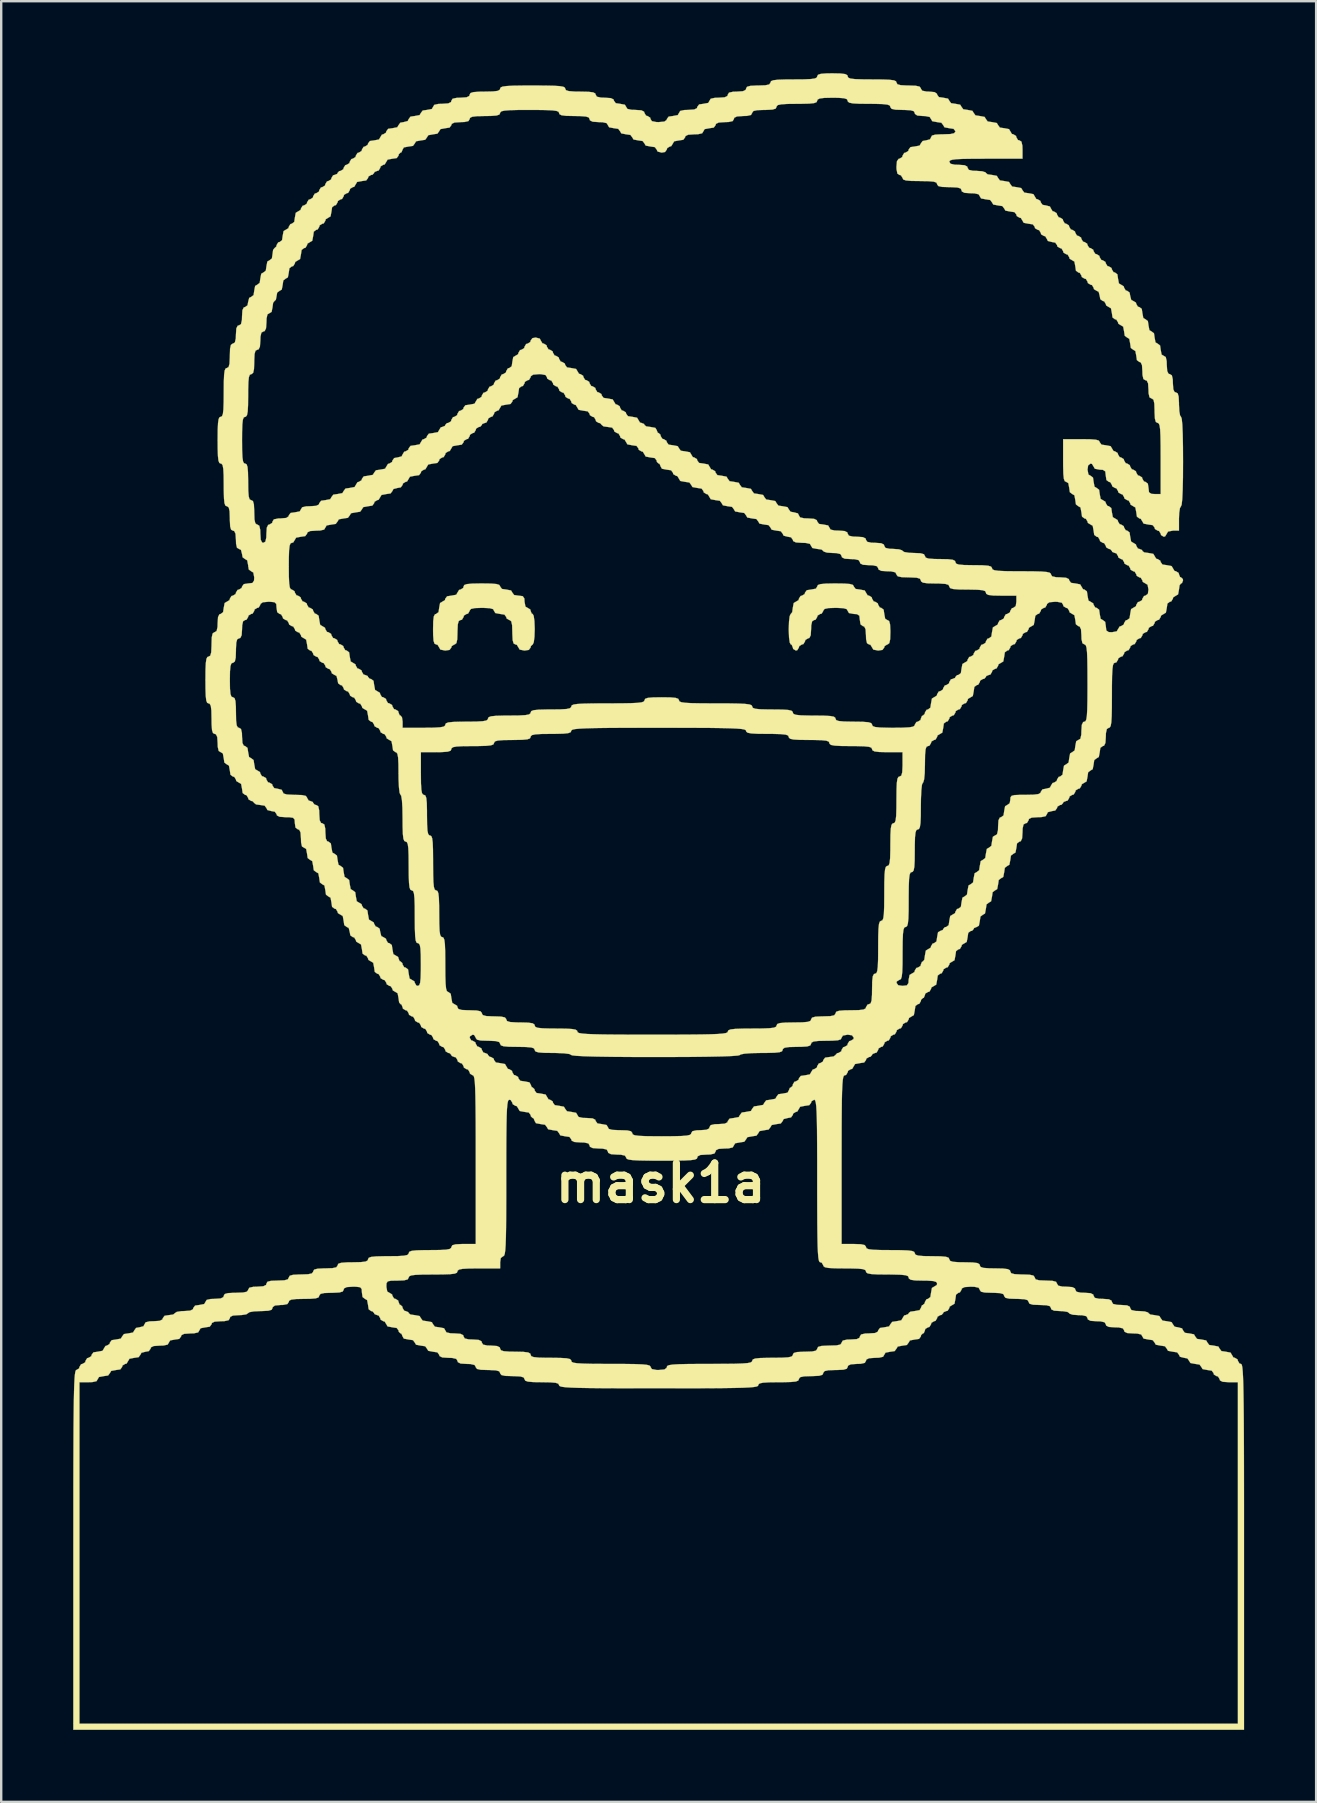
<source format=kicad_pcb>
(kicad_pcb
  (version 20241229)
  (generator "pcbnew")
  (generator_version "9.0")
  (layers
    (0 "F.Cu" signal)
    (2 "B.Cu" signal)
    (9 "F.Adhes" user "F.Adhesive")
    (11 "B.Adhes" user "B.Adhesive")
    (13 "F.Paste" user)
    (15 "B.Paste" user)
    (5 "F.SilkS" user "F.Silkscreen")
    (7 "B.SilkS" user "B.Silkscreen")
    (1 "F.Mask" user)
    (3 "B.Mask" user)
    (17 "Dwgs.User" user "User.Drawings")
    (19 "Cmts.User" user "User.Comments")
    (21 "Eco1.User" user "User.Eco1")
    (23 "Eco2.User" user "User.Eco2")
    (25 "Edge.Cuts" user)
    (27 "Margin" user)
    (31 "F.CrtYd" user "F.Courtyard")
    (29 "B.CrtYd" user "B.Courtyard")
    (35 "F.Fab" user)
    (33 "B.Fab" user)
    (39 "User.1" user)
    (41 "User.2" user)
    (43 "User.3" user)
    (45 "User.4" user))
  (footprint "mask1a"
    (layer "F.Cu")
    (at 24.474 46.233)
    (property "Reference" "mask1a" (at 0 0 0) (layer "F.SilkS") (effects (font (size 1.524 1.524) (thickness 0.3))))
    (attr through_hole)
    (fp_poly (pts (xy -7.079 -24.972) (xy -6.847 -24.954) (xy -6.727 -24.918) (xy -6.689 -24.859) (xy -6.689 -24.85) (xy -6.613 -24.749) (xy -6.435 -24.723) (xy -6.233 -24.685) (xy -6.181 -24.596) (xy -6.105 -24.495) (xy -5.927 -24.469) (xy -5.747 -24.448) (xy -5.68 -24.349) (xy -5.673 -24.215) (xy -5.635 -24.013) (xy -5.546 -23.961) (xy -5.433 -23.893) (xy -5.419 -23.834) (xy -5.373 -23.721) (xy -5.334 -23.707) (xy -5.291 -23.628) (xy -5.262 -23.415) (xy -5.249 -23.101) (xy -5.249 -23.072) (xy -5.26 -22.752) (xy -5.288 -22.529) (xy -5.33 -22.437) (xy -5.334 -22.437) (xy -5.409 -22.368) (xy -5.419 -22.31) (xy -5.494 -22.209) (xy -5.673 -22.183) (xy -5.874 -22.221) (xy -5.927 -22.31) (xy -5.994 -22.422) (xy -6.054 -22.437) (xy -6.127 -22.476) (xy -6.167 -22.614) (xy -6.18 -22.883) (xy -6.181 -22.945) (xy -6.19 -23.24) (xy -6.225 -23.398) (xy -6.292 -23.452) (xy -6.308 -23.453) (xy -6.42 -23.52) (xy -6.435 -23.58) (xy -6.51 -23.68) (xy -6.689 -23.707) (xy -6.89 -23.745) (xy -6.943 -23.834) (xy -6.982 -23.907) (xy -7.12 -23.947) (xy -7.389 -23.96) (xy -7.451 -23.961) (xy -7.746 -23.951) (xy -7.904 -23.916) (xy -7.958 -23.849) (xy -7.959 -23.834) (xy -8.026 -23.721) (xy -8.086 -23.707) (xy -8.198 -23.639) (xy -8.213 -23.58) (xy -8.28 -23.467) (xy -8.34 -23.453) (xy -8.413 -23.414) (xy -8.453 -23.275) (xy -8.466 -23.006) (xy -8.467 -22.945) (xy -8.476 -22.65) (xy -8.511 -22.491) (xy -8.578 -22.438) (xy -8.594 -22.437) (xy -8.706 -22.369) (xy -8.721 -22.31) (xy -8.796 -22.209) (xy -8.975 -22.183) (xy -9.176 -22.221) (xy -9.229 -22.31) (xy -9.296 -22.422) (xy -9.356 -22.437) (xy -9.423 -22.47) (xy -9.462 -22.59) (xy -9.48 -22.828) (xy -9.483 -23.072) (xy -9.476 -23.407) (xy -9.452 -23.603) (xy -9.404 -23.692) (xy -9.356 -23.707) (xy -9.255 -23.782) (xy -9.229 -23.961) (xy -9.191 -24.162) (xy -9.102 -24.215) (xy -8.989 -24.282) (xy -8.975 -24.342) (xy -8.899 -24.442) (xy -8.721 -24.469) (xy -8.519 -24.507) (xy -8.467 -24.596) (xy -8.399 -24.708) (xy -8.34 -24.723) (xy -8.227 -24.79) (xy -8.213 -24.85) (xy -8.183 -24.912) (xy -8.075 -24.95) (xy -7.859 -24.97) (xy -7.506 -24.977) (xy -7.451 -24.977) (xy -7.079 -24.972)) (stroke (width 0.01) (type solid)) (fill yes) (layer "F.SilkS"))
    (fp_poly (pts (xy 7.653 -24.972) (xy 7.885 -24.954) (xy 8.005 -24.918) (xy 8.043 -24.859) (xy 8.043 -24.85) (xy 8.119 -24.749) (xy 8.297 -24.723) (xy 8.499 -24.685) (xy 8.551 -24.596) (xy 8.619 -24.483) (xy 8.678 -24.469) (xy 8.791 -24.401) (xy 8.805 -24.342) (xy 8.873 -24.229) (xy 8.932 -24.215) (xy 9.045 -24.147) (xy 9.059 -24.088) (xy 9.127 -23.975) (xy 9.186 -23.961) (xy 9.287 -23.885) (xy 9.313 -23.707) (xy 9.351 -23.505) (xy 9.44 -23.453) (xy 9.514 -23.414) (xy 9.554 -23.275) (xy 9.567 -23.006) (xy 9.567 -22.945) (xy 9.558 -22.65) (xy 9.523 -22.491) (xy 9.456 -22.438) (xy 9.44 -22.437) (xy 9.328 -22.369) (xy 9.313 -22.31) (xy 9.238 -22.209) (xy 9.059 -22.183) (xy 8.858 -22.221) (xy 8.805 -22.31) (xy 8.738 -22.422) (xy 8.678 -22.437) (xy 8.595 -22.487) (xy 8.556 -22.656) (xy 8.551 -22.818) (xy 8.535 -23.069) (xy 8.478 -23.183) (xy 8.424 -23.199) (xy 8.324 -23.274) (xy 8.297 -23.453) (xy 8.276 -23.633) (xy 8.177 -23.699) (xy 8.043 -23.707) (xy 7.842 -23.745) (xy 7.789 -23.834) (xy 7.75 -23.907) (xy 7.612 -23.947) (xy 7.343 -23.96) (xy 7.281 -23.961) (xy 6.986 -23.951) (xy 6.828 -23.916) (xy 6.774 -23.849) (xy 6.773 -23.834) (xy 6.706 -23.721) (xy 6.646 -23.707) (xy 6.534 -23.639) (xy 6.519 -23.58) (xy 6.452 -23.467) (xy 6.392 -23.453) (xy 6.309 -23.403) (xy 6.27 -23.233) (xy 6.265 -23.072) (xy 6.249 -22.821) (xy 6.192 -22.706) (xy 6.138 -22.691) (xy 6.026 -22.623) (xy 6.011 -22.564) (xy 5.944 -22.451) (xy 5.884 -22.437) (xy 5.772 -22.369) (xy 5.757 -22.31) (xy 5.69 -22.197) (xy 5.63 -22.183) (xy 5.518 -22.25) (xy 5.503 -22.31) (xy 5.458 -22.422) (xy 5.419 -22.437) (xy 5.376 -22.515) (xy 5.346 -22.729) (xy 5.334 -23.042) (xy 5.334 -23.072) (xy 5.345 -23.392) (xy 5.373 -23.615) (xy 5.415 -23.706) (xy 5.419 -23.707) (xy 5.478 -23.78) (xy 5.503 -23.958) (xy 5.503 -23.961) (xy 5.541 -24.162) (xy 5.63 -24.215) (xy 5.743 -24.282) (xy 5.757 -24.342) (xy 5.825 -24.454) (xy 5.884 -24.469) (xy 5.997 -24.536) (xy 6.011 -24.596) (xy 6.087 -24.696) (xy 6.265 -24.723) (xy 6.467 -24.761) (xy 6.519 -24.85) (xy 6.549 -24.912) (xy 6.657 -24.95) (xy 6.873 -24.97) (xy 7.226 -24.977) (xy 7.281 -24.977) (xy 7.653 -24.972)) (stroke (width 0.01) (type solid)) (fill yes) (layer "F.SilkS"))
    (fp_poly (pts (xy 7.489 -46.221) (xy 7.686 -46.197) (xy 7.775 -46.15) (xy 7.789 -46.101) (xy 7.815 -46.046) (xy 7.908 -46.009) (xy 8.096 -45.987) (xy 8.404 -45.977) (xy 8.805 -45.974) (xy 9.243 -45.971) (xy 9.538 -45.959) (xy 9.715 -45.936) (xy 9.801 -45.897) (xy 9.821 -45.847) (xy 9.86 -45.773) (xy 9.999 -45.734) (xy 10.268 -45.72) (xy 10.329 -45.72) (xy 10.624 -45.71) (xy 10.783 -45.676) (xy 10.836 -45.608) (xy 10.837 -45.593) (xy 10.893 -45.505) (xy 11.079 -45.468) (xy 11.176 -45.466) (xy 11.411 -45.445) (xy 11.509 -45.376) (xy 11.515 -45.339) (xy 11.59 -45.238) (xy 11.769 -45.212) (xy 11.97 -45.174) (xy 12.023 -45.085) (xy 12.098 -44.984) (xy 12.277 -44.958) (xy 12.478 -44.92) (xy 12.531 -44.831) (xy 12.606 -44.73) (xy 12.785 -44.704) (xy 12.986 -44.666) (xy 13.039 -44.577) (xy 13.114 -44.476) (xy 13.293 -44.45) (xy 13.494 -44.412) (xy 13.547 -44.323) (xy 13.622 -44.222) (xy 13.801 -44.196) (xy 14.002 -44.158) (xy 14.055 -44.069) (xy 14.13 -43.968) (xy 14.309 -43.942) (xy 14.51 -43.904) (xy 14.563 -43.815) (xy 14.63 -43.703) (xy 14.69 -43.688) (xy 14.802 -43.62) (xy 14.817 -43.561) (xy 14.884 -43.449) (xy 14.944 -43.434) (xy 15.027 -43.384) (xy 15.066 -43.215) (xy 15.071 -43.053) (xy 15.071 -42.672) (xy 13.547 -42.672) (xy 12.996 -42.67) (xy 12.593 -42.664) (xy 12.316 -42.651) (xy 12.143 -42.629) (xy 12.053 -42.597) (xy 12.023 -42.553) (xy 12.023 -42.545) (xy 12.073 -42.461) (xy 12.242 -42.423) (xy 12.404 -42.418) (xy 12.655 -42.401) (xy 12.769 -42.345) (xy 12.785 -42.291) (xy 12.835 -42.207) (xy 13.004 -42.169) (xy 13.166 -42.164) (xy 13.393 -42.147) (xy 13.529 -42.105) (xy 13.547 -42.079) (xy 13.62 -42.02) (xy 13.798 -41.995) (xy 13.801 -41.995) (xy 14.002 -41.957) (xy 14.055 -41.868) (xy 14.13 -41.767) (xy 14.309 -41.741) (xy 14.51 -41.703) (xy 14.563 -41.614) (xy 14.638 -41.513) (xy 14.817 -41.487) (xy 15.018 -41.449) (xy 15.071 -41.36) (xy 15.146 -41.259) (xy 15.325 -41.233) (xy 15.526 -41.195) (xy 15.579 -41.106) (xy 15.646 -40.993) (xy 15.706 -40.979) (xy 15.818 -40.911) (xy 15.833 -40.852) (xy 15.906 -40.75) (xy 16.044 -40.725) (xy 16.215 -40.681) (xy 16.256 -40.598) (xy 16.324 -40.485) (xy 16.383 -40.471) (xy 16.495 -40.403) (xy 16.51 -40.344) (xy 16.578 -40.231) (xy 16.637 -40.217) (xy 16.749 -40.149) (xy 16.764 -40.09) (xy 16.832 -39.977) (xy 16.891 -39.963) (xy 17.003 -39.895) (xy 17.018 -39.836) (xy 17.086 -39.723) (xy 17.145 -39.709) (xy 17.257 -39.641) (xy 17.272 -39.582) (xy 17.34 -39.469) (xy 17.399 -39.455) (xy 17.511 -39.387) (xy 17.526 -39.328) (xy 17.594 -39.215) (xy 17.653 -39.201) (xy 17.765 -39.133) (xy 17.78 -39.074) (xy 17.848 -38.961) (xy 17.907 -38.947) (xy 18.019 -38.879) (xy 18.034 -38.82) (xy 18.102 -38.707) (xy 18.161 -38.693) (xy 18.273 -38.625) (xy 18.288 -38.566) (xy 18.356 -38.453) (xy 18.415 -38.439) (xy 18.527 -38.371) (xy 18.542 -38.312) (xy 18.61 -38.199) (xy 18.669 -38.185) (xy 18.781 -38.117) (xy 18.796 -38.058) (xy 18.864 -37.945) (xy 18.923 -37.931) (xy 19.024 -37.855) (xy 19.05 -37.677) (xy 19.088 -37.475) (xy 19.177 -37.423) (xy 19.289 -37.355) (xy 19.304 -37.296) (xy 19.372 -37.183) (xy 19.431 -37.169) (xy 19.533 -37.095) (xy 19.558 -36.957) (xy 19.602 -36.787) (xy 19.685 -36.745) (xy 19.797 -36.678) (xy 19.812 -36.618) (xy 19.88 -36.506) (xy 19.939 -36.491) (xy 20.04 -36.416) (xy 20.066 -36.237) (xy 20.104 -36.036) (xy 20.193 -35.983) (xy 20.294 -35.908) (xy 20.32 -35.729) (xy 20.358 -35.528) (xy 20.447 -35.475) (xy 20.548 -35.4) (xy 20.574 -35.221) (xy 20.612 -35.02) (xy 20.701 -34.967) (xy 20.802 -34.892) (xy 20.828 -34.713) (xy 20.866 -34.512) (xy 20.955 -34.459) (xy 21.039 -34.409) (xy 21.077 -34.24) (xy 21.082 -34.078) (xy 21.099 -33.827) (xy 21.155 -33.713) (xy 21.209 -33.697) (xy 21.293 -33.647) (xy 21.331 -33.478) (xy 21.336 -33.316) (xy 21.353 -33.065) (xy 21.409 -32.951) (xy 21.463 -32.935) (xy 21.537 -32.896) (xy 21.576 -32.758) (xy 21.59 -32.489) (xy 21.59 -32.427) (xy 21.603 -32.157) (xy 21.636 -31.973) (xy 21.675 -31.919) (xy 21.705 -31.836) (xy 21.729 -31.592) (xy 21.746 -31.197) (xy 21.756 -30.658) (xy 21.759 -30.057) (xy 21.756 -29.396) (xy 21.744 -28.871) (xy 21.726 -28.49) (xy 21.702 -28.262) (xy 21.675 -28.194) (xy 21.63 -28.117) (xy 21.599 -27.915) (xy 21.59 -27.686) (xy 21.59 -27.178) (xy 21.336 -27.178) (xy 21.134 -27.14) (xy 21.082 -27.051) (xy 21.014 -26.939) (xy 20.955 -26.924) (xy 20.843 -26.992) (xy 20.828 -27.051) (xy 20.76 -27.163) (xy 20.701 -27.178) (xy 20.589 -27.246) (xy 20.574 -27.305) (xy 20.498 -27.406) (xy 20.32 -27.432) (xy 20.118 -27.47) (xy 20.066 -27.559) (xy 19.998 -27.671) (xy 19.939 -27.686) (xy 19.838 -27.762) (xy 19.812 -27.94) (xy 19.774 -28.142) (xy 19.685 -28.194) (xy 19.573 -28.262) (xy 19.558 -28.321) (xy 19.49 -28.433) (xy 19.431 -28.448) (xy 19.319 -28.516) (xy 19.304 -28.575) (xy 19.236 -28.687) (xy 19.177 -28.702) (xy 19.065 -28.77) (xy 19.05 -28.829) (xy 18.982 -28.941) (xy 18.923 -28.956) (xy 18.811 -29.024) (xy 18.796 -29.083) (xy 18.728 -29.195) (xy 18.669 -29.21) (xy 18.568 -29.286) (xy 18.542 -29.464) (xy 18.521 -29.644) (xy 18.422 -29.71) (xy 18.288 -29.718) (xy 18.086 -29.756) (xy 18.034 -29.845) (xy 17.966 -29.957) (xy 17.907 -29.972) (xy 17.806 -29.896) (xy 17.78 -29.718) (xy 17.818 -29.516) (xy 17.907 -29.464) (xy 18.008 -29.388) (xy 18.034 -29.21) (xy 18.072 -29.008) (xy 18.161 -28.956) (xy 18.262 -28.88) (xy 18.288 -28.702) (xy 18.326 -28.5) (xy 18.415 -28.448) (xy 18.527 -28.38) (xy 18.542 -28.321) (xy 18.61 -28.209) (xy 18.669 -28.194) (xy 18.77 -28.118) (xy 18.796 -27.94) (xy 18.834 -27.738) (xy 18.923 -27.686) (xy 19.035 -27.618) (xy 19.05 -27.559) (xy 19.118 -27.447) (xy 19.177 -27.432) (xy 19.289 -27.364) (xy 19.304 -27.305) (xy 19.372 -27.193) (xy 19.431 -27.178) (xy 19.532 -27.102) (xy 19.558 -26.924) (xy 19.596 -26.722) (xy 19.685 -26.67) (xy 19.797 -26.602) (xy 19.812 -26.543) (xy 19.88 -26.431) (xy 19.939 -26.416) (xy 20.052 -26.37) (xy 20.066 -26.331) (xy 20.14 -26.272) (xy 20.317 -26.247) (xy 20.32 -26.247) (xy 20.522 -26.209) (xy 20.574 -26.12) (xy 20.642 -26.007) (xy 20.701 -25.993) (xy 20.813 -25.925) (xy 20.828 -25.866) (xy 20.904 -25.765) (xy 21.082 -25.739) (xy 21.284 -25.701) (xy 21.336 -25.612) (xy 21.404 -25.499) (xy 21.463 -25.485) (xy 21.575 -25.417) (xy 21.59 -25.358) (xy 21.636 -25.245) (xy 21.675 -25.231) (xy 21.75 -25.162) (xy 21.759 -25.104) (xy 21.714 -24.991) (xy 21.675 -24.977) (xy 21.615 -24.903) (xy 21.59 -24.726) (xy 21.59 -24.723) (xy 21.552 -24.521) (xy 21.463 -24.469) (xy 21.351 -24.401) (xy 21.336 -24.342) (xy 21.268 -24.229) (xy 21.209 -24.215) (xy 21.108 -24.139) (xy 21.082 -23.961) (xy 21.044 -23.759) (xy 20.955 -23.707) (xy 20.843 -23.639) (xy 20.828 -23.58) (xy 20.76 -23.467) (xy 20.701 -23.453) (xy 20.589 -23.385) (xy 20.574 -23.326) (xy 20.506 -23.213) (xy 20.447 -23.199) (xy 20.335 -23.131) (xy 20.32 -23.072) (xy 20.252 -22.959) (xy 20.193 -22.945) (xy 20.081 -22.877) (xy 20.066 -22.818) (xy 19.998 -22.705) (xy 19.939 -22.691) (xy 19.827 -22.623) (xy 19.812 -22.564) (xy 19.744 -22.451) (xy 19.685 -22.437) (xy 19.573 -22.369) (xy 19.558 -22.31) (xy 19.49 -22.197) (xy 19.431 -22.183) (xy 19.319 -22.115) (xy 19.304 -22.056) (xy 19.236 -21.943) (xy 19.177 -21.929) (xy 19.065 -21.861) (xy 19.05 -21.802) (xy 18.982 -21.689) (xy 18.923 -21.675) (xy 18.875 -21.652) (xy 18.84 -21.57) (xy 18.817 -21.404) (xy 18.803 -21.133) (xy 18.797 -20.733) (xy 18.796 -20.32) (xy 18.794 -19.805) (xy 18.786 -19.436) (xy 18.771 -19.19) (xy 18.745 -19.045) (xy 18.708 -18.978) (xy 18.669 -18.965) (xy 18.585 -18.915) (xy 18.547 -18.746) (xy 18.542 -18.584) (xy 18.525 -18.333) (xy 18.469 -18.219) (xy 18.415 -18.203) (xy 18.314 -18.128) (xy 18.288 -17.949) (xy 18.25 -17.748) (xy 18.161 -17.695) (xy 18.06 -17.62) (xy 18.034 -17.441) (xy 17.996 -17.24) (xy 17.907 -17.187) (xy 17.806 -17.112) (xy 17.78 -16.933) (xy 17.742 -16.732) (xy 17.653 -16.679) (xy 17.541 -16.612) (xy 17.526 -16.552) (xy 17.458 -16.44) (xy 17.399 -16.425) (xy 17.287 -16.358) (xy 17.272 -16.298) (xy 17.204 -16.186) (xy 17.145 -16.171) (xy 17.033 -16.104) (xy 17.018 -16.044) (xy 16.95 -15.932) (xy 16.891 -15.917) (xy 16.778 -15.872) (xy 16.764 -15.833) (xy 16.695 -15.758) (xy 16.637 -15.748) (xy 16.525 -15.68) (xy 16.51 -15.621) (xy 16.436 -15.519) (xy 16.298 -15.494) (xy 16.128 -15.45) (xy 16.087 -15.367) (xy 16.037 -15.283) (xy 15.867 -15.245) (xy 15.706 -15.24) (xy 15.455 -15.223) (xy 15.34 -15.167) (xy 15.325 -15.113) (xy 15.257 -15.001) (xy 15.198 -14.986) (xy 15.114 -14.936) (xy 15.076 -14.767) (xy 15.071 -14.605) (xy 15.054 -14.354) (xy 14.998 -14.239) (xy 14.944 -14.224) (xy 14.843 -14.148) (xy 14.817 -13.97) (xy 14.779 -13.768) (xy 14.69 -13.716) (xy 14.589 -13.64) (xy 14.563 -13.462) (xy 14.525 -13.26) (xy 14.436 -13.208) (xy 14.335 -13.132) (xy 14.309 -12.954) (xy 14.271 -12.752) (xy 14.182 -12.7) (xy 14.081 -12.624) (xy 14.055 -12.446) (xy 14.017 -12.244) (xy 13.928 -12.192) (xy 13.827 -12.116) (xy 13.801 -11.938) (xy 13.763 -11.736) (xy 13.674 -11.684) (xy 13.573 -11.608) (xy 13.547 -11.43) (xy 13.509 -11.228) (xy 13.42 -11.176) (xy 13.319 -11.1) (xy 13.293 -10.922) (xy 13.255 -10.72) (xy 13.166 -10.668) (xy 13.053 -10.622) (xy 13.039 -10.583) (xy 12.97 -10.508) (xy 12.912 -10.499) (xy 12.811 -10.423) (xy 12.785 -10.245) (xy 12.747 -10.043) (xy 12.658 -9.991) (xy 12.545 -9.923) (xy 12.531 -9.864) (xy 12.463 -9.751) (xy 12.404 -9.737) (xy 12.303 -9.661) (xy 12.277 -9.483) (xy 12.239 -9.281) (xy 12.15 -9.229) (xy 12.037 -9.161) (xy 12.023 -9.102) (xy 11.955 -8.989) (xy 11.896 -8.975) (xy 11.783 -8.907) (xy 11.769 -8.848) (xy 11.701 -8.735) (xy 11.642 -8.721) (xy 11.541 -8.645) (xy 11.515 -8.467) (xy 11.477 -8.265) (xy 11.388 -8.213) (xy 11.275 -8.145) (xy 11.261 -8.086) (xy 11.193 -7.973) (xy 11.134 -7.959) (xy 11.021 -7.891) (xy 11.007 -7.832) (xy 10.961 -7.719) (xy 10.922 -7.705) (xy 10.847 -7.636) (xy 10.837 -7.578) (xy 10.77 -7.465) (xy 10.71 -7.451) (xy 10.61 -7.375) (xy 10.583 -7.197) (xy 10.545 -6.995) (xy 10.456 -6.943) (xy 10.344 -6.875) (xy 10.329 -6.816) (xy 10.262 -6.703) (xy 10.202 -6.689) (xy 10.09 -6.621) (xy 10.075 -6.562) (xy 10.008 -6.449) (xy 9.948 -6.435) (xy 9.836 -6.367) (xy 9.821 -6.308) (xy 9.754 -6.195) (xy 9.694 -6.181) (xy 9.582 -6.113) (xy 9.567 -6.054) (xy 9.5 -5.941) (xy 9.44 -5.927) (xy 9.328 -5.859) (xy 9.313 -5.8) (xy 9.246 -5.687) (xy 9.186 -5.673) (xy 9.074 -5.605) (xy 9.059 -5.546) (xy 8.992 -5.433) (xy 8.932 -5.419) (xy 8.82 -5.373) (xy 8.805 -5.334) (xy 8.737 -5.259) (xy 8.678 -5.249) (xy 8.566 -5.182) (xy 8.551 -5.122) (xy 8.476 -5.022) (xy 8.297 -4.995) (xy 8.096 -4.957) (xy 8.043 -4.868) (xy 7.976 -4.756) (xy 7.916 -4.741) (xy 7.804 -4.674) (xy 7.789 -4.614) (xy 7.722 -4.502) (xy 7.662 -4.487) (xy 7.631 -4.47) (xy 7.605 -4.41) (xy 7.584 -4.292) (xy 7.568 -4.101) (xy 7.555 -3.823) (xy 7.546 -3.443) (xy 7.541 -2.946) (xy 7.537 -2.319) (xy 7.536 -1.547) (xy 7.535 -0.974) (xy 7.535 2.54) (xy 8.043 2.54) (xy 8.338 2.55) (xy 8.497 2.584) (xy 8.55 2.652) (xy 8.551 2.667) (xy 8.577 2.722) (xy 8.67 2.759) (xy 8.858 2.781) (xy 9.166 2.791) (xy 9.567 2.794) (xy 10.005 2.797) (xy 10.3 2.809) (xy 10.477 2.832) (xy 10.563 2.871) (xy 10.583 2.921) (xy 10.614 2.984) (xy 10.726 3.023) (xy 10.948 3.043) (xy 11.303 3.048) (xy 11.663 3.053) (xy 11.883 3.073) (xy 11.993 3.112) (xy 12.023 3.175) (xy 12.056 3.242) (xy 12.176 3.281) (xy 12.414 3.299) (xy 12.658 3.302) (xy 12.993 3.309) (xy 13.189 3.333) (xy 13.278 3.38) (xy 13.293 3.429) (xy 13.326 3.496) (xy 13.446 3.535) (xy 13.684 3.553) (xy 13.928 3.556) (xy 14.263 3.563) (xy 14.459 3.587) (xy 14.548 3.634) (xy 14.563 3.683) (xy 14.602 3.757) (xy 14.74 3.796) (xy 15.009 3.81) (xy 15.071 3.81) (xy 15.366 3.82) (xy 15.524 3.854) (xy 15.578 3.922) (xy 15.579 3.937) (xy 15.62 4.014) (xy 15.767 4.053) (xy 16.044 4.064) (xy 16.325 4.075) (xy 16.47 4.115) (xy 16.51 4.191) (xy 16.56 4.275) (xy 16.729 4.313) (xy 16.891 4.318) (xy 17.142 4.335) (xy 17.257 4.391) (xy 17.272 4.445) (xy 17.322 4.529) (xy 17.491 4.567) (xy 17.653 4.572) (xy 17.904 4.589) (xy 18.019 4.645) (xy 18.034 4.699) (xy 18.084 4.783) (xy 18.253 4.821) (xy 18.415 4.826) (xy 18.666 4.843) (xy 18.781 4.899) (xy 18.796 4.953) (xy 18.846 5.037) (xy 19.015 5.075) (xy 19.177 5.08) (xy 19.428 5.097) (xy 19.543 5.153) (xy 19.558 5.207) (xy 19.608 5.291) (xy 19.777 5.329) (xy 19.939 5.334) (xy 20.166 5.351) (xy 20.303 5.393) (xy 20.32 5.419) (xy 20.394 5.478) (xy 20.571 5.503) (xy 20.574 5.503) (xy 20.776 5.541) (xy 20.828 5.63) (xy 20.904 5.731) (xy 21.082 5.757) (xy 21.284 5.795) (xy 21.336 5.884) (xy 21.41 5.986) (xy 21.548 6.011) (xy 21.718 6.055) (xy 21.759 6.138) (xy 21.835 6.239) (xy 22.013 6.265) (xy 22.215 6.303) (xy 22.267 6.392) (xy 22.343 6.493) (xy 22.521 6.519) (xy 22.723 6.557) (xy 22.775 6.646) (xy 22.851 6.747) (xy 23.029 6.773) (xy 23.231 6.811) (xy 23.283 6.9) (xy 23.359 7.001) (xy 23.537 7.027) (xy 23.739 7.065) (xy 23.791 7.154) (xy 23.859 7.267) (xy 23.918 7.281) (xy 24.031 7.349) (xy 24.045 7.408) (xy 24.113 7.521) (xy 24.172 7.535) (xy 24.194 7.55) (xy 24.214 7.601) (xy 24.231 7.699) (xy 24.245 7.852) (xy 24.258 8.072) (xy 24.268 8.368) (xy 24.276 8.749) (xy 24.283 9.227) (xy 24.289 9.811) (xy 24.293 10.511) (xy 24.296 11.337) (xy 24.298 12.299) (xy 24.299 13.407) (xy 24.299 14.671) (xy 24.299 15.155) (xy 24.299 22.775) (xy -24.469 22.775) (xy -24.469 15.282) (xy -24.468 13.973) (xy -24.468 12.823) (xy -24.466 11.822) (xy -24.463 10.961) (xy -24.46 10.228) (xy -24.454 9.615) (xy -24.448 9.111) (xy -24.44 8.706) (xy -24.43 8.389) (xy -24.425 8.297) (xy -24.215 8.297) (xy -24.215 22.521) (xy 24.045 22.521) (xy 24.045 8.297) (xy 23.664 8.297) (xy 23.413 8.281) (xy 23.299 8.224) (xy 23.283 8.17) (xy 23.216 8.058) (xy 23.156 8.043) (xy 23.044 7.976) (xy 23.029 7.916) (xy 22.954 7.816) (xy 22.775 7.789) (xy 22.574 7.751) (xy 22.521 7.662) (xy 22.446 7.562) (xy 22.267 7.535) (xy 22.066 7.497) (xy 22.013 7.408) (xy 21.94 7.306) (xy 21.802 7.281) (xy 21.631 7.237) (xy 21.59 7.154) (xy 21.514 7.054) (xy 21.336 7.027) (xy 21.134 6.989) (xy 21.082 6.9) (xy 21.006 6.8) (xy 20.828 6.773) (xy 20.626 6.735) (xy 20.574 6.646) (xy 20.498 6.546) (xy 20.32 6.519) (xy 20.118 6.481) (xy 20.066 6.392) (xy 20.016 6.309) (xy 19.847 6.27) (xy 19.685 6.265) (xy 19.434 6.249) (xy 19.319 6.192) (xy 19.304 6.138) (xy 19.254 6.055) (xy 19.085 6.016) (xy 18.923 6.011) (xy 18.672 5.995) (xy 18.557 5.938) (xy 18.542 5.884) (xy 18.492 5.801) (xy 18.323 5.762) (xy 18.161 5.757) (xy 17.91 5.741) (xy 17.795 5.684) (xy 17.78 5.63) (xy 17.73 5.547) (xy 17.561 5.508) (xy 17.399 5.503) (xy 17.172 5.487) (xy 17.035 5.444) (xy 17.018 5.419) (xy 16.942 5.368) (xy 16.751 5.338) (xy 16.637 5.334) (xy 16.386 5.317) (xy 16.271 5.261) (xy 16.256 5.207) (xy 16.214 5.13) (xy 16.067 5.091) (xy 15.79 5.08) (xy 15.51 5.069) (xy 15.365 5.029) (xy 15.325 4.953) (xy 15.286 4.879) (xy 15.147 4.84) (xy 14.878 4.826) (xy 14.817 4.826) (xy 14.522 4.816) (xy 14.363 4.782) (xy 14.31 4.714) (xy 14.309 4.699) (xy 14.27 4.625) (xy 14.131 4.586) (xy 13.862 4.572) (xy 13.801 4.572) (xy 13.506 4.562) (xy 13.347 4.528) (xy 13.294 4.46) (xy 13.293 4.445) (xy 13.243 4.361) (xy 13.073 4.323) (xy 12.912 4.318) (xy 12.661 4.335) (xy 12.546 4.391) (xy 12.531 4.445) (xy 12.463 4.557) (xy 12.404 4.572) (xy 12.303 4.648) (xy 12.277 4.826) (xy 12.239 5.028) (xy 12.15 5.08) (xy 12.037 5.148) (xy 12.023 5.207) (xy 11.955 5.319) (xy 11.896 5.334) (xy 11.783 5.38) (xy 11.769 5.419) (xy 11.7 5.494) (xy 11.642 5.503) (xy 11.529 5.571) (xy 11.515 5.63) (xy 11.447 5.743) (xy 11.388 5.757) (xy 11.275 5.825) (xy 11.261 5.884) (xy 11.193 5.997) (xy 11.134 6.011) (xy 11.021 6.079) (xy 11.007 6.138) (xy 10.961 6.251) (xy 10.922 6.265) (xy 10.847 6.334) (xy 10.837 6.392) (xy 10.762 6.493) (xy 10.583 6.519) (xy 10.382 6.557) (xy 10.329 6.646) (xy 10.254 6.747) (xy 10.075 6.773) (xy 9.874 6.811) (xy 9.821 6.9) (xy 9.746 7.001) (xy 9.567 7.027) (xy 9.366 7.065) (xy 9.313 7.154) (xy 9.263 7.238) (xy 9.094 7.276) (xy 8.932 7.281) (xy 8.681 7.298) (xy 8.567 7.354) (xy 8.551 7.408) (xy 8.501 7.492) (xy 8.332 7.53) (xy 8.17 7.535) (xy 7.919 7.552) (xy 7.805 7.608) (xy 7.789 7.662) (xy 7.75 7.736) (xy 7.612 7.776) (xy 7.343 7.789) (xy 7.281 7.789) (xy 6.986 7.799) (xy 6.828 7.834) (xy 6.774 7.901) (xy 6.773 7.916) (xy 6.734 7.99) (xy 6.596 8.03) (xy 6.327 8.043) (xy 6.265 8.043) (xy 5.97 8.053) (xy 5.812 8.088) (xy 5.758 8.155) (xy 5.757 8.17) (xy 5.729 8.23) (xy 5.627 8.268) (xy 5.422 8.289) (xy 5.087 8.297) (xy 4.911 8.297) (xy 4.516 8.302) (xy 4.262 8.317) (xy 4.122 8.348) (xy 4.068 8.398) (xy 4.064 8.424) (xy 4.048 8.454) (xy 3.99 8.478) (xy 3.877 8.498) (xy 3.696 8.514) (xy 3.432 8.527) (xy 3.074 8.536) (xy 2.606 8.543) (xy 2.017 8.548) (xy 1.291 8.55) (xy 0.417 8.551) (xy -0.085 8.551) (xy -1.039 8.551) (xy -1.838 8.549) (xy -2.494 8.546) (xy -3.022 8.54) (xy -3.434 8.532) (xy -3.743 8.521) (xy -3.964 8.507) (xy -4.11 8.489) (xy -4.194 8.466) (xy -4.229 8.44) (xy -4.233 8.424) (xy -4.264 8.361) (xy -4.376 8.322) (xy -4.598 8.303) (xy -4.953 8.297) (xy -5.313 8.292) (xy -5.533 8.272) (xy -5.643 8.233) (xy -5.673 8.17) (xy -5.712 8.097) (xy -5.85 8.057) (xy -6.119 8.044) (xy -6.181 8.043) (xy -6.476 8.034) (xy -6.634 7.999) (xy -6.688 7.932) (xy -6.689 7.916) (xy -6.728 7.843) (xy -6.866 7.803) (xy -7.135 7.79) (xy -7.197 7.789) (xy -7.492 7.78) (xy -7.65 7.745) (xy -7.704 7.678) (xy -7.705 7.662) (xy -7.755 7.579) (xy -7.924 7.54) (xy -8.086 7.535) (xy -8.337 7.519) (xy -8.451 7.462) (xy -8.467 7.408) (xy -8.517 7.325) (xy -8.686 7.286) (xy -8.848 7.281) (xy -9.099 7.265) (xy -9.213 7.208) (xy -9.229 7.154) (xy -9.304 7.054) (xy -9.483 7.027) (xy -9.684 6.989) (xy -9.737 6.9) (xy -9.812 6.8) (xy -9.991 6.773) (xy -10.192 6.735) (xy -10.245 6.646) (xy -10.32 6.546) (xy -10.499 6.519) (xy -10.7 6.481) (xy -10.753 6.392) (xy -10.798 6.28) (xy -10.837 6.265) (xy -10.912 6.197) (xy -10.922 6.138) (xy -10.998 6.038) (xy -11.176 6.011) (xy -11.378 5.973) (xy -11.43 5.884) (xy -11.498 5.772) (xy -11.557 5.757) (xy -11.669 5.69) (xy -11.684 5.63) (xy -11.752 5.518) (xy -11.811 5.503) (xy -11.924 5.458) (xy -11.938 5.419) (xy -12.007 5.344) (xy -12.065 5.334) (xy -12.166 5.258) (xy -12.192 5.08) (xy -12.23 4.878) (xy -12.319 4.826) (xy -12.42 4.75) (xy -12.446 4.572) (xy -12.457 4.416) (xy -12.521 4.342) (xy -12.683 4.319) (xy -12.827 4.318) (xy -13.078 4.335) (xy -13.193 4.391) (xy -13.208 4.445) (xy -13.247 4.519) (xy -13.385 4.558) (xy -13.655 4.572) (xy -13.716 4.572) (xy -14.011 4.582) (xy -14.169 4.616) (xy -14.223 4.684) (xy -14.224 4.699) (xy -14.257 4.766) (xy -14.377 4.805) (xy -14.615 4.823) (xy -14.859 4.826) (xy -15.194 4.833) (xy -15.391 4.857) (xy -15.479 4.904) (xy -15.494 4.953) (xy -15.55 5.041) (xy -15.735 5.078) (xy -15.833 5.08) (xy -16.068 5.101) (xy -16.165 5.17) (xy -16.171 5.207) (xy -16.21 5.281) (xy -16.349 5.32) (xy -16.618 5.334) (xy -16.679 5.334) (xy -16.95 5.347) (xy -17.133 5.38) (xy -17.187 5.419) (xy -17.263 5.469) (xy -17.454 5.499) (xy -17.568 5.503) (xy -17.819 5.52) (xy -17.934 5.576) (xy -17.949 5.63) (xy -17.999 5.714) (xy -18.169 5.752) (xy -18.33 5.757) (xy -18.581 5.774) (xy -18.696 5.83) (xy -18.711 5.884) (xy -18.787 5.985) (xy -18.965 6.011) (xy -19.167 6.049) (xy -19.219 6.138) (xy -19.269 6.222) (xy -19.439 6.26) (xy -19.6 6.265) (xy -19.851 6.282) (xy -19.966 6.338) (xy -19.981 6.392) (xy -20.057 6.493) (xy -20.235 6.519) (xy -20.437 6.557) (xy -20.489 6.646) (xy -20.539 6.73) (xy -20.709 6.768) (xy -20.87 6.773) (xy -21.121 6.79) (xy -21.236 6.846) (xy -21.251 6.9) (xy -21.325 7.002) (xy -21.463 7.027) (xy -21.633 7.071) (xy -21.675 7.154) (xy -21.75 7.255) (xy -21.929 7.281) (xy -22.13 7.319) (xy -22.183 7.408) (xy -22.25 7.521) (xy -22.31 7.535) (xy -22.422 7.603) (xy -22.437 7.662) (xy -22.512 7.763) (xy -22.691 7.789) (xy -22.892 7.827) (xy -22.945 7.916) (xy -23.02 8.017) (xy -23.199 8.043) (xy -23.4 8.081) (xy -23.453 8.17) (xy -23.503 8.254) (xy -23.672 8.292) (xy -23.834 8.297) (xy -24.215 8.297) (xy -24.425 8.297) (xy -24.418 8.152) (xy -24.404 7.983) (xy -24.387 7.873) (xy -24.369 7.812) (xy -24.347 7.79) (xy -24.342 7.789) (xy -24.229 7.722) (xy -24.215 7.662) (xy -24.147 7.55) (xy -24.088 7.535) (xy -23.975 7.468) (xy -23.961 7.408) (xy -23.893 7.296) (xy -23.834 7.281) (xy -23.721 7.214) (xy -23.707 7.154) (xy -23.631 7.054) (xy -23.453 7.027) (xy -23.251 6.989) (xy -23.199 6.9) (xy -23.131 6.788) (xy -23.072 6.773) (xy -22.959 6.706) (xy -22.945 6.646) (xy -22.869 6.546) (xy -22.691 6.519) (xy -22.489 6.481) (xy -22.437 6.392) (xy -22.361 6.292) (xy -22.183 6.265) (xy -21.981 6.227) (xy -21.929 6.138) (xy -21.855 6.036) (xy -21.717 6.011) (xy -21.547 5.967) (xy -21.505 5.884) (xy -21.455 5.801) (xy -21.286 5.762) (xy -21.124 5.757) (xy -20.873 5.741) (xy -20.759 5.684) (xy -20.743 5.63) (xy -20.668 5.53) (xy -20.489 5.503) (xy -20.311 5.479) (xy -20.235 5.42) (xy -20.235 5.419) (xy -20.16 5.368) (xy -19.968 5.338) (xy -19.854 5.334) (xy -19.603 5.317) (xy -19.489 5.261) (xy -19.473 5.207) (xy -19.398 5.106) (xy -19.219 5.08) (xy -19.018 5.042) (xy -18.965 4.953) (xy -18.915 4.869) (xy -18.746 4.831) (xy -18.584 4.826) (xy -18.333 4.809) (xy -18.219 4.753) (xy -18.203 4.699) (xy -18.164 4.625) (xy -18.026 4.586) (xy -17.757 4.572) (xy -17.695 4.572) (xy -17.4 4.562) (xy -17.242 4.528) (xy -17.188 4.46) (xy -17.187 4.445) (xy -17.137 4.361) (xy -16.968 4.323) (xy -16.806 4.318) (xy -16.748 4.314) (xy -11.43 4.314) (xy -11.43 4.318) (xy -11.392 4.52) (xy -11.303 4.572) (xy -11.191 4.64) (xy -11.176 4.699) (xy -11.108 4.811) (xy -11.049 4.826) (xy -10.937 4.894) (xy -10.922 4.953) (xy -10.876 5.066) (xy -10.837 5.08) (xy -10.762 5.149) (xy -10.753 5.207) (xy -10.685 5.319) (xy -10.626 5.334) (xy -10.513 5.38) (xy -10.499 5.419) (xy -10.425 5.478) (xy -10.248 5.503) (xy -10.245 5.503) (xy -10.043 5.541) (xy -9.991 5.63) (xy -9.915 5.731) (xy -9.737 5.757) (xy -9.535 5.795) (xy -9.483 5.884) (xy -9.407 5.985) (xy -9.229 6.011) (xy -9.027 6.049) (xy -8.975 6.138) (xy -8.925 6.222) (xy -8.755 6.26) (xy -8.594 6.265) (xy -8.343 6.282) (xy -8.228 6.338) (xy -8.213 6.392) (xy -8.163 6.476) (xy -7.993 6.514) (xy -7.832 6.519) (xy -7.581 6.536) (xy -7.466 6.592) (xy -7.451 6.646) (xy -7.401 6.73) (xy -7.231 6.768) (xy -7.07 6.773) (xy -6.819 6.79) (xy -6.704 6.846) (xy -6.689 6.9) (xy -6.655 6.967) (xy -6.535 7.007) (xy -6.297 7.024) (xy -6.054 7.027) (xy -5.719 7.034) (xy -5.522 7.058) (xy -5.433 7.106) (xy -5.419 7.154) (xy -5.391 7.214) (xy -5.288 7.252) (xy -5.083 7.273) (xy -4.748 7.281) (xy -4.572 7.281) (xy -4.177 7.286) (xy -3.924 7.301) (xy -3.784 7.332) (xy -3.729 7.382) (xy -3.725 7.408) (xy -3.705 7.453) (xy -3.628 7.486) (xy -3.475 7.509) (xy -3.225 7.523) (xy -2.856 7.532) (xy -2.349 7.535) (xy -2.074 7.535) (xy -1.498 7.537) (xy -1.071 7.543) (xy -0.771 7.555) (xy -0.578 7.574) (xy -0.47 7.602) (xy -0.427 7.641) (xy -0.423 7.662) (xy -0.367 7.751) (xy -0.182 7.787) (xy -0.085 7.789) (xy 0.151 7.768) (xy 0.248 7.699) (xy 0.254 7.662) (xy 0.274 7.619) (xy 0.349 7.587) (xy 0.497 7.564) (xy 0.74 7.549) (xy 1.098 7.54) (xy 1.59 7.536) (xy 2.032 7.535) (xy 2.632 7.534) (xy 3.083 7.529) (xy 3.405 7.518) (xy 3.619 7.501) (xy 3.744 7.475) (xy 3.8 7.44) (xy 3.81 7.408) (xy 3.838 7.349) (xy 3.94 7.311) (xy 4.145 7.29) (xy 4.48 7.282) (xy 4.657 7.281) (xy 5.051 7.277) (xy 5.305 7.262) (xy 5.445 7.231) (xy 5.499 7.181) (xy 5.503 7.154) (xy 5.542 7.081) (xy 5.681 7.041) (xy 5.95 7.028) (xy 6.011 7.027) (xy 6.306 7.018) (xy 6.465 6.983) (xy 6.518 6.916) (xy 6.519 6.9) (xy 6.558 6.827) (xy 6.697 6.787) (xy 6.966 6.774) (xy 7.027 6.773) (xy 7.322 6.764) (xy 7.481 6.729) (xy 7.534 6.662) (xy 7.535 6.646) (xy 7.585 6.563) (xy 7.755 6.524) (xy 7.916 6.519) (xy 8.167 6.503) (xy 8.282 6.446) (xy 8.297 6.392) (xy 8.347 6.309) (xy 8.517 6.27) (xy 8.678 6.265) (xy 8.929 6.249) (xy 9.044 6.192) (xy 9.059 6.138) (xy 9.135 6.038) (xy 9.313 6.011) (xy 9.515 5.973) (xy 9.567 5.884) (xy 9.643 5.784) (xy 9.821 5.757) (xy 10.023 5.719) (xy 10.075 5.63) (xy 10.143 5.518) (xy 10.202 5.503) (xy 10.315 5.458) (xy 10.329 5.419) (xy 10.403 5.359) (xy 10.58 5.334) (xy 10.583 5.334) (xy 10.785 5.296) (xy 10.837 5.207) (xy 10.883 5.094) (xy 10.922 5.08) (xy 10.997 5.011) (xy 11.007 4.953) (xy 11.074 4.841) (xy 11.134 4.826) (xy 11.234 4.75) (xy 11.261 4.572) (xy 11.299 4.37) (xy 11.388 4.318) (xy 11.5 4.25) (xy 11.515 4.191) (xy 11.48 4.122) (xy 11.354 4.083) (xy 11.108 4.066) (xy 10.922 4.064) (xy 10.6 4.057) (xy 10.416 4.03) (xy 10.338 3.977) (xy 10.329 3.937) (xy 10.302 3.879) (xy 10.202 3.841) (xy 10.002 3.82) (xy 9.675 3.811) (xy 9.44 3.81) (xy 9.034 3.806) (xy 8.77 3.792) (xy 8.621 3.763) (xy 8.558 3.716) (xy 8.551 3.683) (xy 8.524 3.625) (xy 8.424 3.587) (xy 8.224 3.566) (xy 7.897 3.557) (xy 7.662 3.556) (xy 7.256 3.552) (xy 6.992 3.538) (xy 6.843 3.509) (xy 6.78 3.462) (xy 6.773 3.429) (xy 6.706 3.317) (xy 6.646 3.302) (xy 6.614 3.285) (xy 6.588 3.224) (xy 6.567 3.104) (xy 6.551 2.911) (xy 6.538 2.63) (xy 6.53 2.245) (xy 6.524 1.742) (xy 6.521 1.106) (xy 6.519 0.322) (xy 6.519 -0.085) (xy 6.519 -0.94) (xy 6.516 -1.641) (xy 6.512 -2.202) (xy 6.505 -2.639) (xy 6.494 -2.965) (xy 6.48 -3.196) (xy 6.461 -3.348) (xy 6.437 -3.433) (xy 6.408 -3.468) (xy 6.392 -3.471) (xy 6.28 -3.404) (xy 6.265 -3.344) (xy 6.19 -3.244) (xy 6.011 -3.217) (xy 5.81 -3.179) (xy 5.757 -3.09) (xy 5.69 -2.978) (xy 5.63 -2.963) (xy 5.518 -2.896) (xy 5.503 -2.836) (xy 5.43 -2.734) (xy 5.292 -2.709) (xy 5.121 -2.665) (xy 5.08 -2.582) (xy 5.004 -2.482) (xy 4.826 -2.455) (xy 4.624 -2.417) (xy 4.572 -2.328) (xy 4.496 -2.228) (xy 4.318 -2.201) (xy 4.116 -2.163) (xy 4.064 -2.074) (xy 3.988 -1.974) (xy 3.81 -1.947) (xy 3.608 -1.909) (xy 3.556 -1.82) (xy 3.48 -1.72) (xy 3.302 -1.693) (xy 3.1 -1.655) (xy 3.048 -1.566) (xy 2.998 -1.483) (xy 2.829 -1.444) (xy 2.667 -1.439) (xy 2.416 -1.423) (xy 2.301 -1.366) (xy 2.286 -1.312) (xy 2.236 -1.229) (xy 2.067 -1.19) (xy 1.905 -1.185) (xy 1.654 -1.169) (xy 1.539 -1.112) (xy 1.524 -1.058) (xy 1.502 -1.012) (xy 1.423 -0.978) (xy 1.263 -0.955) (xy 1.002 -0.941) (xy 0.616 -0.933) (xy 0.085 -0.931) (xy 0.042 -0.931) (xy -0.5 -0.933) (xy -0.894 -0.94) (xy -1.164 -0.954) (xy -1.33 -0.976) (xy -1.414 -1.009) (xy -1.439 -1.055) (xy -1.439 -1.058) (xy -1.489 -1.142) (xy -1.659 -1.18) (xy -1.82 -1.185) (xy -2.071 -1.202) (xy -2.186 -1.258) (xy -2.201 -1.312) (xy -2.251 -1.396) (xy -2.421 -1.434) (xy -2.582 -1.439) (xy -2.833 -1.456) (xy -2.948 -1.512) (xy -2.963 -1.566) (xy -3.013 -1.65) (xy -3.183 -1.688) (xy -3.344 -1.693) (xy -3.595 -1.71) (xy -3.71 -1.766) (xy -3.725 -1.82) (xy -3.801 -1.921) (xy -3.979 -1.947) (xy -4.181 -1.985) (xy -4.233 -2.074) (xy -4.309 -2.175) (xy -4.487 -2.201) (xy -4.689 -2.239) (xy -4.741 -2.328) (xy -4.817 -2.429) (xy -4.995 -2.455) (xy -5.197 -2.493) (xy -5.249 -2.582) (xy -5.295 -2.695) (xy -5.334 -2.709) (xy -5.409 -2.778) (xy -5.419 -2.836) (xy -5.494 -2.937) (xy -5.673 -2.963) (xy -5.874 -3.001) (xy -5.927 -3.09) (xy -5.994 -3.203) (xy -6.054 -3.217) (xy -6.166 -3.285) (xy -6.181 -3.344) (xy -6.248 -3.457) (xy -6.308 -3.471) (xy -6.34 -3.454) (xy -6.367 -3.393) (xy -6.388 -3.272) (xy -6.405 -3.076) (xy -6.417 -2.791) (xy -6.425 -2.4) (xy -6.431 -1.89) (xy -6.434 -1.245) (xy -6.435 -0.449) (xy -6.435 -0.212) (xy -6.435 0.626) (xy -6.438 1.31) (xy -6.442 1.854) (xy -6.45 2.275) (xy -6.461 2.586) (xy -6.476 2.804) (xy -6.496 2.944) (xy -6.521 3.019) (xy -6.552 3.047) (xy -6.562 3.048) (xy -6.662 3.124) (xy -6.689 3.302) (xy -6.689 3.556) (xy -7.578 3.556) (xy -7.984 3.56) (xy -8.248 3.574) (xy -8.397 3.603) (xy -8.46 3.65) (xy -8.467 3.683) (xy -8.492 3.738) (xy -8.586 3.775) (xy -8.774 3.797) (xy -9.081 3.807) (xy -9.483 3.81) (xy -9.921 3.813) (xy -10.215 3.825) (xy -10.393 3.848) (xy -10.478 3.887) (xy -10.499 3.937) (xy -10.54 4.014) (xy -10.687 4.053) (xy -10.964 4.064) (xy -11.231 4.068) (xy -11.369 4.096) (xy -11.422 4.171) (xy -11.43 4.314) (xy -16.748 4.314) (xy -16.555 4.301) (xy -16.441 4.245) (xy -16.425 4.191) (xy -16.384 4.114) (xy -16.237 4.075) (xy -15.96 4.064) (xy -15.679 4.053) (xy -15.534 4.013) (xy -15.494 3.937) (xy -15.455 3.863) (xy -15.317 3.824) (xy -15.047 3.81) (xy -14.986 3.81) (xy -14.691 3.8) (xy -14.533 3.766) (xy -14.479 3.698) (xy -14.478 3.683) (xy -14.439 3.609) (xy -14.301 3.57) (xy -14.031 3.556) (xy -13.97 3.556) (xy -13.675 3.546) (xy -13.517 3.512) (xy -13.463 3.444) (xy -13.462 3.429) (xy -13.429 3.362) (xy -13.309 3.323) (xy -13.071 3.305) (xy -12.827 3.302) (xy -12.492 3.295) (xy -12.295 3.271) (xy -12.207 3.224) (xy -12.192 3.175) (xy -12.164 3.116) (xy -12.062 3.078) (xy -11.857 3.057) (xy -11.522 3.049) (xy -11.345 3.048) (xy -10.951 3.044) (xy -10.697 3.028) (xy -10.557 2.998) (xy -10.503 2.947) (xy -10.499 2.921) (xy -10.471 2.863) (xy -10.371 2.825) (xy -10.171 2.804) (xy -9.844 2.795) (xy -9.61 2.794) (xy -9.204 2.79) (xy -8.94 2.776) (xy -8.79 2.747) (xy -8.728 2.7) (xy -8.721 2.667) (xy -8.682 2.593) (xy -8.543 2.554) (xy -8.274 2.54) (xy -8.213 2.54) (xy -7.705 2.54) (xy -7.705 -0.974) (xy -7.705 -1.846) (xy -7.707 -2.564) (xy -7.712 -3.142) (xy -7.719 -3.594) (xy -7.729 -3.935) (xy -7.742 -4.18) (xy -7.76 -4.343) (xy -7.783 -4.438) (xy -7.811 -4.481) (xy -7.832 -4.487) (xy -7.944 -4.555) (xy -7.959 -4.614) (xy -8.026 -4.727) (xy -8.086 -4.741) (xy -8.198 -4.809) (xy -8.213 -4.868) (xy -8.28 -4.981) (xy -8.34 -4.995) (xy -8.452 -5.063) (xy -8.467 -5.122) (xy -8.534 -5.235) (xy -8.594 -5.249) (xy -8.706 -5.295) (xy -8.721 -5.334) (xy -8.789 -5.409) (xy -8.848 -5.419) (xy -8.96 -5.486) (xy -8.975 -5.546) (xy -9.042 -5.658) (xy -9.102 -5.673) (xy -9.214 -5.74) (xy -9.229 -5.8) (xy -9.296 -5.912) (xy -9.356 -5.927) (xy -9.468 -5.994) (xy -9.483 -6.054) (xy -7.959 -6.054) (xy -7.891 -5.941) (xy -7.832 -5.927) (xy -7.719 -5.859) (xy -7.705 -5.8) (xy -7.637 -5.687) (xy -7.578 -5.673) (xy -7.465 -5.605) (xy -7.451 -5.546) (xy -7.383 -5.433) (xy -7.324 -5.419) (xy -7.211 -5.373) (xy -7.197 -5.334) (xy -7.128 -5.259) (xy -7.07 -5.249) (xy -6.957 -5.182) (xy -6.943 -5.122) (xy -6.867 -5.022) (xy -6.689 -4.995) (xy -6.487 -4.957) (xy -6.435 -4.868) (xy -6.367 -4.756) (xy -6.308 -4.741) (xy -6.195 -4.674) (xy -6.181 -4.614) (xy -6.113 -4.502) (xy -6.054 -4.487) (xy -5.941 -4.42) (xy -5.927 -4.36) (xy -5.851 -4.26) (xy -5.673 -4.233) (xy -5.471 -4.195) (xy -5.419 -4.106) (xy -5.373 -3.994) (xy -5.334 -3.979) (xy -5.259 -3.911) (xy -5.249 -3.852) (xy -5.174 -3.752) (xy -4.995 -3.725) (xy -4.794 -3.687) (xy -4.741 -3.598) (xy -4.674 -3.486) (xy -4.614 -3.471) (xy -4.502 -3.404) (xy -4.487 -3.344) (xy -4.412 -3.244) (xy -4.233 -3.217) (xy -4.032 -3.179) (xy -3.979 -3.09) (xy -3.904 -2.99) (xy -3.725 -2.963) (xy -3.524 -2.925) (xy -3.471 -2.836) (xy -3.421 -2.753) (xy -3.252 -2.714) (xy -3.09 -2.709) (xy -2.839 -2.693) (xy -2.725 -2.636) (xy -2.709 -2.582) (xy -2.634 -2.482) (xy -2.455 -2.455) (xy -2.254 -2.417) (xy -2.201 -2.328) (xy -2.162 -2.255) (xy -2.024 -2.215) (xy -1.755 -2.202) (xy -1.693 -2.201) (xy -1.398 -2.192) (xy -1.24 -2.157) (xy -1.186 -2.09) (xy -1.185 -2.074) (xy -1.162 -2.024) (xy -1.076 -1.988) (xy -0.903 -1.966) (xy -0.62 -1.953) (xy -0.203 -1.948) (xy 0.042 -1.947) (xy 0.53 -1.95) (xy 0.872 -1.959) (xy 1.093 -1.977) (xy 1.216 -2.006) (xy 1.265 -2.049) (xy 1.27 -2.074) (xy 1.32 -2.158) (xy 1.489 -2.196) (xy 1.651 -2.201) (xy 1.902 -2.218) (xy 2.017 -2.274) (xy 2.032 -2.328) (xy 2.082 -2.412) (xy 2.251 -2.45) (xy 2.413 -2.455) (xy 2.664 -2.472) (xy 2.779 -2.528) (xy 2.794 -2.582) (xy 2.87 -2.683) (xy 3.048 -2.709) (xy 3.25 -2.747) (xy 3.302 -2.836) (xy 3.378 -2.937) (xy 3.556 -2.963) (xy 3.758 -3.001) (xy 3.81 -3.09) (xy 3.886 -3.191) (xy 4.064 -3.217) (xy 4.266 -3.255) (xy 4.318 -3.344) (xy 4.394 -3.445) (xy 4.572 -3.471) (xy 4.774 -3.509) (xy 4.826 -3.598) (xy 4.902 -3.699) (xy 5.08 -3.725) (xy 5.282 -3.763) (xy 5.334 -3.852) (xy 5.38 -3.965) (xy 5.419 -3.979) (xy 5.494 -4.048) (xy 5.503 -4.106) (xy 5.571 -4.219) (xy 5.63 -4.233) (xy 5.743 -4.301) (xy 5.757 -4.36) (xy 5.833 -4.461) (xy 6.011 -4.487) (xy 6.213 -4.525) (xy 6.265 -4.614) (xy 6.333 -4.727) (xy 6.392 -4.741) (xy 6.505 -4.809) (xy 6.519 -4.868) (xy 6.587 -4.981) (xy 6.646 -4.995) (xy 6.759 -5.063) (xy 6.773 -5.122) (xy 6.849 -5.223) (xy 7.027 -5.249) (xy 7.206 -5.274) (xy 7.281 -5.333) (xy 7.281 -5.334) (xy 7.35 -5.409) (xy 7.408 -5.419) (xy 7.521 -5.486) (xy 7.535 -5.546) (xy 7.603 -5.658) (xy 7.662 -5.673) (xy 7.775 -5.74) (xy 7.789 -5.8) (xy 7.857 -5.912) (xy 7.916 -5.927) (xy 8.029 -5.994) (xy 8.043 -6.054) (xy 7.968 -6.154) (xy 7.789 -6.181) (xy 7.588 -6.143) (xy 7.535 -6.054) (xy 7.502 -5.987) (xy 7.382 -5.947) (xy 7.144 -5.93) (xy 6.9 -5.927) (xy 6.565 -5.92) (xy 6.369 -5.896) (xy 6.28 -5.848) (xy 6.265 -5.8) (xy 6.23 -5.731) (xy 6.105 -5.691) (xy 5.858 -5.675) (xy 5.673 -5.673) (xy 5.351 -5.665) (xy 5.166 -5.638) (xy 5.089 -5.585) (xy 5.08 -5.546) (xy 5.053 -5.488) (xy 4.953 -5.45) (xy 4.753 -5.429) (xy 4.425 -5.42) (xy 4.191 -5.419) (xy 3.784 -5.411) (xy 3.488 -5.389) (xy 3.326 -5.356) (xy 3.302 -5.334) (xy 3.218 -5.311) (xy 2.968 -5.291) (xy 2.556 -5.275) (xy 1.985 -5.263) (xy 1.26 -5.254) (xy 0.382 -5.25) (xy -0.212 -5.249) (xy -1.178 -5.251) (xy -1.994 -5.257) (xy -2.658 -5.267) (xy -3.165 -5.281) (xy -3.512 -5.299) (xy -3.695 -5.32) (xy -3.725 -5.334) (xy -3.805 -5.375) (xy -4.027 -5.404) (xy -4.361 -5.418) (xy -4.487 -5.419) (xy -4.859 -5.424) (xy -5.091 -5.442) (xy -5.211 -5.478) (xy -5.249 -5.536) (xy -5.249 -5.546) (xy -5.28 -5.609) (xy -5.392 -5.648) (xy -5.614 -5.667) (xy -5.969 -5.673) (xy -6.329 -5.678) (xy -6.549 -5.698) (xy -6.659 -5.737) (xy -6.689 -5.8) (xy -6.728 -5.873) (xy -6.866 -5.913) (xy -7.135 -5.926) (xy -7.197 -5.927) (xy -7.492 -5.936) (xy -7.65 -5.971) (xy -7.704 -6.038) (xy -7.705 -6.054) (xy -7.772 -6.166) (xy -7.832 -6.181) (xy -7.944 -6.113) (xy -7.959 -6.054) (xy -9.483 -6.054) (xy -9.55 -6.166) (xy -9.61 -6.181) (xy -9.722 -6.248) (xy -9.737 -6.308) (xy -9.804 -6.42) (xy -9.864 -6.435) (xy -9.976 -6.502) (xy -9.991 -6.562) (xy -10.058 -6.674) (xy -10.118 -6.689) (xy -10.23 -6.756) (xy -10.245 -6.816) (xy -10.312 -6.928) (xy -10.372 -6.943) (xy -10.484 -7.01) (xy -10.499 -7.07) (xy -10.566 -7.182) (xy -10.626 -7.197) (xy -10.738 -7.264) (xy -10.753 -7.324) (xy -10.798 -7.436) (xy -10.837 -7.451) (xy -10.897 -7.524) (xy -10.922 -7.702) (xy -10.922 -7.705) (xy -10.96 -7.906) (xy -11.049 -7.959) (xy -11.161 -8.026) (xy -11.176 -8.086) (xy -11.244 -8.198) (xy -11.303 -8.213) (xy -11.415 -8.28) (xy -11.43 -8.34) (xy -11.498 -8.452) (xy -11.557 -8.467) (xy -11.669 -8.534) (xy -11.684 -8.594) (xy -11.752 -8.706) (xy -11.811 -8.721) (xy -11.912 -8.796) (xy -11.938 -8.975) (xy -11.976 -9.176) (xy -12.065 -9.229) (xy -12.177 -9.296) (xy -12.192 -9.356) (xy -12.26 -9.468) (xy -12.319 -9.483) (xy -12.42 -9.558) (xy -12.446 -9.737) (xy -12.484 -9.938) (xy -12.573 -9.991) (xy -12.685 -10.058) (xy -12.7 -10.118) (xy -12.768 -10.23) (xy -12.827 -10.245) (xy -12.929 -10.318) (xy -12.954 -10.456) (xy -12.998 -10.627) (xy -13.081 -10.668) (xy -13.182 -10.744) (xy -13.208 -10.922) (xy -13.246 -11.124) (xy -13.335 -11.176) (xy -13.447 -11.244) (xy -13.462 -11.303) (xy -13.53 -11.415) (xy -13.589 -11.43) (xy -13.69 -11.506) (xy -13.716 -11.684) (xy -13.754 -11.886) (xy -13.843 -11.938) (xy -13.944 -12.014) (xy -13.97 -12.192) (xy -14.008 -12.394) (xy -14.097 -12.446) (xy -14.198 -12.522) (xy -14.224 -12.7) (xy -14.262 -12.902) (xy -14.351 -12.954) (xy -14.452 -13.03) (xy -14.478 -13.208) (xy -14.516 -13.41) (xy -14.605 -13.462) (xy -14.706 -13.538) (xy -14.732 -13.716) (xy -14.77 -13.918) (xy -14.859 -13.97) (xy -14.943 -14.02) (xy -14.981 -14.189) (xy -14.986 -14.351) (xy -15.003 -14.602) (xy -15.059 -14.717) (xy -15.113 -14.732) (xy -15.214 -14.808) (xy -15.24 -14.986) (xy -15.251 -15.142) (xy -15.315 -15.216) (xy -15.477 -15.239) (xy -15.621 -15.24) (xy -15.872 -15.257) (xy -15.987 -15.313) (xy -16.002 -15.367) (xy -16.076 -15.469) (xy -16.214 -15.494) (xy -16.384 -15.538) (xy -16.425 -15.621) (xy -16.501 -15.722) (xy -16.679 -15.748) (xy -16.858 -15.773) (xy -16.933 -15.832) (xy -16.933 -15.833) (xy -17.002 -15.908) (xy -17.06 -15.917) (xy -17.173 -15.985) (xy -17.187 -16.044) (xy -17.255 -16.157) (xy -17.314 -16.171) (xy -17.415 -16.247) (xy -17.441 -16.425) (xy -17.479 -16.627) (xy -17.568 -16.679) (xy -17.681 -16.747) (xy -17.695 -16.806) (xy -17.763 -16.919) (xy -17.822 -16.933) (xy -17.923 -17.009) (xy -17.949 -17.187) (xy -17.987 -17.389) (xy -18.076 -17.441) (xy -18.177 -17.517) (xy -18.203 -17.695) (xy -18.241 -17.897) (xy -18.33 -17.949) (xy -18.414 -17.999) (xy -18.452 -18.169) (xy -18.457 -18.33) (xy -18.474 -18.581) (xy -18.53 -18.696) (xy -18.584 -18.711) (xy -18.651 -18.745) (xy -18.691 -18.865) (xy -18.708 -19.103) (xy -18.711 -19.346) (xy -18.718 -19.681) (xy -18.742 -19.878) (xy -18.79 -19.967) (xy -18.838 -19.981) (xy -18.894 -20.007) (xy -18.931 -20.103) (xy -18.953 -20.295) (xy -18.963 -20.608) (xy -18.965 -20.955) (xy -17.949 -20.955) (xy -17.944 -20.595) (xy -17.924 -20.375) (xy -17.885 -20.265) (xy -17.822 -20.235) (xy -17.755 -20.202) (xy -17.716 -20.082) (xy -17.698 -19.844) (xy -17.695 -19.6) (xy -17.689 -19.265) (xy -17.665 -19.069) (xy -17.617 -18.98) (xy -17.568 -18.965) (xy -17.485 -18.915) (xy -17.446 -18.746) (xy -17.441 -18.584) (xy -17.425 -18.333) (xy -17.368 -18.219) (xy -17.314 -18.203) (xy -17.214 -18.128) (xy -17.187 -17.949) (xy -17.149 -17.748) (xy -17.06 -17.695) (xy -16.96 -17.62) (xy -16.933 -17.441) (xy -16.895 -17.24) (xy -16.806 -17.187) (xy -16.694 -17.12) (xy -16.679 -17.06) (xy -16.612 -16.948) (xy -16.552 -16.933) (xy -16.44 -16.866) (xy -16.425 -16.806) (xy -16.358 -16.694) (xy -16.298 -16.679) (xy -16.186 -16.612) (xy -16.171 -16.552) (xy -16.098 -16.45) (xy -15.96 -16.425) (xy -15.789 -16.381) (xy -15.748 -16.298) (xy -15.709 -16.225) (xy -15.571 -16.185) (xy -15.301 -16.172) (xy -15.24 -16.171) (xy -14.945 -16.162) (xy -14.787 -16.127) (xy -14.733 -16.06) (xy -14.732 -16.044) (xy -14.664 -15.932) (xy -14.605 -15.917) (xy -14.492 -15.872) (xy -14.478 -15.833) (xy -14.409 -15.758) (xy -14.351 -15.748) (xy -14.267 -15.698) (xy -14.229 -15.529) (xy -14.224 -15.367) (xy -14.207 -15.116) (xy -14.151 -15.001) (xy -14.097 -14.986) (xy -14.013 -14.936) (xy -13.975 -14.767) (xy -13.97 -14.605) (xy -13.953 -14.354) (xy -13.897 -14.239) (xy -13.843 -14.224) (xy -13.742 -14.148) (xy -13.716 -13.97) (xy -13.678 -13.768) (xy -13.589 -13.716) (xy -13.488 -13.64) (xy -13.462 -13.462) (xy -13.424 -13.26) (xy -13.335 -13.208) (xy -13.234 -13.132) (xy -13.208 -12.954) (xy -13.17 -12.752) (xy -13.081 -12.7) (xy -12.98 -12.624) (xy -12.954 -12.446) (xy -12.916 -12.244) (xy -12.827 -12.192) (xy -12.726 -12.116) (xy -12.7 -11.938) (xy -12.662 -11.736) (xy -12.573 -11.684) (xy -12.461 -11.616) (xy -12.446 -11.557) (xy -12.378 -11.445) (xy -12.319 -11.43) (xy -12.218 -11.354) (xy -12.192 -11.176) (xy -12.154 -10.974) (xy -12.065 -10.922) (xy -11.953 -10.854) (xy -11.938 -10.795) (xy -11.87 -10.683) (xy -11.811 -10.668) (xy -11.709 -10.594) (xy -11.684 -10.456) (xy -11.64 -10.286) (xy -11.557 -10.245) (xy -11.445 -10.177) (xy -11.43 -10.118) (xy -11.362 -10.005) (xy -11.303 -9.991) (xy -11.202 -9.915) (xy -11.176 -9.737) (xy -11.138 -9.535) (xy -11.049 -9.483) (xy -10.937 -9.415) (xy -10.922 -9.356) (xy -10.876 -9.243) (xy -10.837 -9.229) (xy -10.762 -9.16) (xy -10.753 -9.102) (xy -10.685 -8.989) (xy -10.626 -8.975) (xy -10.525 -8.899) (xy -10.499 -8.721) (xy -10.461 -8.519) (xy -10.372 -8.467) (xy -10.259 -8.399) (xy -10.245 -8.34) (xy -10.177 -8.227) (xy -10.118 -8.213) (xy -10.06 -8.24) (xy -10.022 -8.34) (xy -10.001 -8.54) (xy -9.992 -8.867) (xy -9.991 -9.102) (xy -9.995 -9.508) (xy -10.009 -9.772) (xy -10.037 -9.921) (xy -10.084 -9.984) (xy -10.118 -9.991) (xy -10.171 -10.015) (xy -10.207 -10.105) (xy -10.229 -10.287) (xy -10.241 -10.584) (xy -10.245 -11.021) (xy -10.245 -11.091) (xy -10.247 -11.55) (xy -10.258 -11.864) (xy -10.279 -12.059) (xy -10.313 -12.16) (xy -10.364 -12.192) (xy -10.372 -12.192) (xy -10.426 -12.217) (xy -10.463 -12.311) (xy -10.485 -12.499) (xy -10.496 -12.807) (xy -10.499 -13.208) (xy -10.502 -13.646) (xy -10.514 -13.941) (xy -10.537 -14.118) (xy -10.576 -14.204) (xy -10.626 -14.224) (xy -10.681 -14.25) (xy -10.719 -14.346) (xy -10.741 -14.537) (xy -10.751 -14.851) (xy -10.753 -15.198) (xy -10.76 -15.631) (xy -10.78 -15.95) (xy -10.811 -16.134) (xy -10.837 -16.171) (xy -10.876 -16.252) (xy -10.904 -16.479) (xy -10.92 -16.829) (xy -10.922 -17.06) (xy -10.926 -17.466) (xy -10.94 -17.73) (xy -10.969 -17.88) (xy -11.016 -17.942) (xy -11.049 -17.949) (xy -9.991 -17.949) (xy -9.991 -17.06) (xy -9.987 -16.654) (xy -9.972 -16.39) (xy -9.944 -16.241) (xy -9.897 -16.178) (xy -9.864 -16.171) (xy -9.804 -16.143) (xy -9.766 -16.041) (xy -9.745 -15.836) (xy -9.737 -15.501) (xy -9.737 -15.325) (xy -9.732 -14.93) (xy -9.717 -14.676) (xy -9.686 -14.536) (xy -9.636 -14.482) (xy -9.61 -14.478) (xy -9.558 -14.454) (xy -9.522 -14.365) (xy -9.499 -14.187) (xy -9.487 -13.895) (xy -9.483 -13.464) (xy -9.483 -13.335) (xy -9.48 -12.867) (xy -9.47 -12.543) (xy -9.45 -12.339) (xy -9.418 -12.231) (xy -9.37 -12.193) (xy -9.356 -12.192) (xy -9.3 -12.166) (xy -9.263 -12.07) (xy -9.241 -11.879) (xy -9.231 -11.565) (xy -9.229 -11.218) (xy -9.225 -10.791) (xy -9.213 -10.506) (xy -9.188 -10.338) (xy -9.147 -10.26) (xy -9.102 -10.245) (xy -9.05 -10.221) (xy -9.014 -10.132) (xy -8.991 -9.954) (xy -8.979 -9.662) (xy -8.975 -9.231) (xy -8.975 -9.102) (xy -8.972 -8.633) (xy -8.962 -8.31) (xy -8.942 -8.106) (xy -8.91 -7.998) (xy -8.862 -7.96) (xy -8.848 -7.959) (xy -8.747 -7.883) (xy -8.721 -7.705) (xy -8.683 -7.503) (xy -8.594 -7.451) (xy -8.481 -7.383) (xy -8.467 -7.324) (xy -8.428 -7.25) (xy -8.289 -7.21) (xy -8.02 -7.197) (xy -7.959 -7.197) (xy -7.664 -7.187) (xy -7.505 -7.152) (xy -7.452 -7.085) (xy -7.451 -7.07) (xy -7.412 -6.996) (xy -7.273 -6.956) (xy -7.004 -6.943) (xy -6.943 -6.943) (xy -6.648 -6.933) (xy -6.489 -6.898) (xy -6.436 -6.831) (xy -6.435 -6.816) (xy -6.4 -6.747) (xy -6.274 -6.707) (xy -6.028 -6.691) (xy -5.842 -6.689) (xy -5.52 -6.681) (xy -5.336 -6.654) (xy -5.258 -6.601) (xy -5.249 -6.562) (xy -5.222 -6.504) (xy -5.122 -6.466) (xy -4.922 -6.445) (xy -4.595 -6.436) (xy -4.36 -6.435) (xy -3.954 -6.431) (xy -3.69 -6.416) (xy -3.541 -6.388) (xy -3.478 -6.341) (xy -3.471 -6.308) (xy -3.454 -6.274) (xy -3.392 -6.247) (xy -3.269 -6.226) (xy -3.071 -6.21) (xy -2.782 -6.198) (xy -2.386 -6.189) (xy -1.868 -6.184) (xy -1.213 -6.181) (xy -0.405 -6.181) (xy -0.339 -6.181) (xy 0.481 -6.181) (xy 1.147 -6.184) (xy 1.675 -6.189) (xy 2.079 -6.197) (xy 2.376 -6.209) (xy 2.58 -6.225) (xy 2.708 -6.246) (xy 2.774 -6.272) (xy 2.794 -6.305) (xy 2.794 -6.308) (xy 2.819 -6.362) (xy 2.913 -6.399) (xy 3.101 -6.421) (xy 3.409 -6.432) (xy 3.81 -6.435) (xy 4.248 -6.438) (xy 4.543 -6.45) (xy 4.72 -6.473) (xy 4.806 -6.512) (xy 4.826 -6.562) (xy 4.857 -6.625) (xy 4.969 -6.664) (xy 5.191 -6.683) (xy 5.546 -6.689) (xy 5.905 -6.694) (xy 6.126 -6.714) (xy 6.236 -6.753) (xy 6.265 -6.816) (xy 6.304 -6.889) (xy 6.443 -6.929) (xy 6.712 -6.942) (xy 6.773 -6.943) (xy 7.068 -6.952) (xy 7.227 -6.987) (xy 7.28 -7.054) (xy 7.281 -7.07) (xy 7.315 -7.137) (xy 7.435 -7.176) (xy 7.673 -7.194) (xy 7.916 -7.197) (xy 8.251 -7.203) (xy 8.448 -7.227) (xy 8.537 -7.275) (xy 8.551 -7.324) (xy 8.619 -7.436) (xy 8.678 -7.451) (xy 8.745 -7.484) (xy 8.785 -7.604) (xy 8.802 -7.842) (xy 8.805 -8.086) (xy 8.81 -8.34) (xy 9.821 -8.34) (xy 9.897 -8.239) (xy 10.075 -8.213) (xy 10.255 -8.234) (xy 10.322 -8.333) (xy 10.329 -8.467) (xy 10.367 -8.668) (xy 10.456 -8.721) (xy 10.569 -8.788) (xy 10.583 -8.848) (xy 10.651 -8.96) (xy 10.71 -8.975) (xy 10.823 -9.042) (xy 10.837 -9.102) (xy 10.883 -9.214) (xy 10.922 -9.229) (xy 10.981 -9.302) (xy 11.007 -9.48) (xy 11.007 -9.483) (xy 11.045 -9.684) (xy 11.134 -9.737) (xy 11.246 -9.804) (xy 11.261 -9.864) (xy 11.328 -9.976) (xy 11.388 -9.991) (xy 11.488 -10.066) (xy 11.515 -10.245) (xy 11.553 -10.446) (xy 11.642 -10.499) (xy 11.754 -10.544) (xy 11.769 -10.583) (xy 11.837 -10.658) (xy 11.896 -10.668) (xy 11.996 -10.744) (xy 12.023 -10.922) (xy 12.061 -11.124) (xy 12.15 -11.176) (xy 12.262 -11.244) (xy 12.277 -11.303) (xy 12.344 -11.415) (xy 12.404 -11.43) (xy 12.504 -11.506) (xy 12.531 -11.684) (xy 12.569 -11.886) (xy 12.658 -11.938) (xy 12.758 -12.014) (xy 12.785 -12.192) (xy 12.823 -12.394) (xy 12.912 -12.446) (xy 13.012 -12.522) (xy 13.039 -12.7) (xy 13.077 -12.902) (xy 13.166 -12.954) (xy 13.266 -13.03) (xy 13.293 -13.208) (xy 13.331 -13.41) (xy 13.42 -13.462) (xy 13.52 -13.538) (xy 13.547 -13.716) (xy 13.585 -13.918) (xy 13.674 -13.97) (xy 13.774 -14.046) (xy 13.801 -14.224) (xy 13.839 -14.426) (xy 13.928 -14.478) (xy 14.011 -14.528) (xy 14.05 -14.697) (xy 14.055 -14.859) (xy 14.071 -15.11) (xy 14.128 -15.225) (xy 14.182 -15.24) (xy 14.282 -15.316) (xy 14.309 -15.494) (xy 14.347 -15.696) (xy 14.436 -15.748) (xy 14.538 -15.822) (xy 14.563 -15.96) (xy 14.571 -16.067) (xy 14.618 -16.13) (xy 14.741 -16.161) (xy 14.975 -16.171) (xy 15.198 -16.171) (xy 15.533 -16.178) (xy 15.729 -16.202) (xy 15.818 -16.25) (xy 15.833 -16.298) (xy 15.906 -16.4) (xy 16.044 -16.425) (xy 16.215 -16.469) (xy 16.256 -16.552) (xy 16.324 -16.665) (xy 16.383 -16.679) (xy 16.495 -16.747) (xy 16.51 -16.806) (xy 16.578 -16.919) (xy 16.637 -16.933) (xy 16.738 -17.009) (xy 16.764 -17.187) (xy 16.802 -17.389) (xy 16.891 -17.441) (xy 16.992 -17.517) (xy 17.018 -17.695) (xy 17.056 -17.897) (xy 17.145 -17.949) (xy 17.246 -18.025) (xy 17.272 -18.203) (xy 17.31 -18.405) (xy 17.399 -18.457) (xy 17.483 -18.507) (xy 17.521 -18.677) (xy 17.526 -18.838) (xy 17.543 -19.089) (xy 17.599 -19.204) (xy 17.653 -19.219) (xy 17.698 -19.24) (xy 17.731 -19.317) (xy 17.754 -19.472) (xy 17.769 -19.725) (xy 17.777 -20.097) (xy 17.78 -20.61) (xy 17.78 -20.828) (xy 17.778 -21.396) (xy 17.772 -21.815) (xy 17.76 -22.108) (xy 17.74 -22.294) (xy 17.711 -22.396) (xy 17.67 -22.434) (xy 17.653 -22.437) (xy 17.569 -22.487) (xy 17.531 -22.656) (xy 17.526 -22.818) (xy 17.509 -23.069) (xy 17.453 -23.183) (xy 17.399 -23.199) (xy 17.298 -23.274) (xy 17.272 -23.453) (xy 17.234 -23.654) (xy 17.145 -23.707) (xy 17.033 -23.774) (xy 17.018 -23.834) (xy 16.95 -23.946) (xy 16.891 -23.961) (xy 16.779 -24.028) (xy 16.764 -24.088) (xy 16.708 -24.176) (xy 16.523 -24.212) (xy 16.425 -24.215) (xy 16.19 -24.194) (xy 16.093 -24.124) (xy 16.087 -24.088) (xy 16.019 -23.975) (xy 15.96 -23.961) (xy 15.847 -23.893) (xy 15.833 -23.834) (xy 15.765 -23.721) (xy 15.706 -23.707) (xy 15.605 -23.631) (xy 15.579 -23.453) (xy 15.541 -23.251) (xy 15.452 -23.199) (xy 15.339 -23.131) (xy 15.325 -23.072) (xy 15.257 -22.959) (xy 15.198 -22.945) (xy 15.085 -22.877) (xy 15.071 -22.818) (xy 15.003 -22.705) (xy 14.944 -22.691) (xy 14.831 -22.623) (xy 14.817 -22.564) (xy 14.749 -22.451) (xy 14.69 -22.437) (xy 14.577 -22.369) (xy 14.563 -22.31) (xy 14.495 -22.197) (xy 14.436 -22.183) (xy 14.335 -22.107) (xy 14.309 -21.929) (xy 14.271 -21.727) (xy 14.182 -21.675) (xy 14.069 -21.607) (xy 14.055 -21.548) (xy 13.987 -21.435) (xy 13.928 -21.421) (xy 13.815 -21.353) (xy 13.801 -21.294) (xy 13.733 -21.181) (xy 13.674 -21.167) (xy 13.561 -21.121) (xy 13.547 -21.082) (xy 13.478 -21.007) (xy 13.42 -20.997) (xy 13.307 -20.93) (xy 13.293 -20.87) (xy 13.225 -20.758) (xy 13.166 -20.743) (xy 13.065 -20.668) (xy 13.039 -20.489) (xy 13.001 -20.288) (xy 12.912 -20.235) (xy 12.799 -20.168) (xy 12.785 -20.108) (xy 12.717 -19.996) (xy 12.658 -19.981) (xy 12.545 -19.914) (xy 12.531 -19.854) (xy 12.463 -19.742) (xy 12.404 -19.727) (xy 12.291 -19.66) (xy 12.277 -19.6) (xy 12.209 -19.488) (xy 12.15 -19.473) (xy 12.037 -19.406) (xy 12.023 -19.346) (xy 11.955 -19.234) (xy 11.896 -19.219) (xy 11.795 -19.144) (xy 11.769 -18.965) (xy 11.731 -18.764) (xy 11.642 -18.711) (xy 11.529 -18.644) (xy 11.515 -18.584) (xy 11.447 -18.472) (xy 11.388 -18.457) (xy 11.275 -18.39) (xy 11.261 -18.33) (xy 11.193 -18.218) (xy 11.134 -18.203) (xy 11.072 -18.174) (xy 11.033 -18.065) (xy 11.013 -17.849) (xy 11.007 -17.497) (xy 11.007 -17.441) (xy 10.998 -17.076) (xy 10.973 -16.816) (xy 10.936 -16.688) (xy 10.922 -16.679) (xy 10.884 -16.598) (xy 10.857 -16.368) (xy 10.841 -16.01) (xy 10.837 -15.706) (xy 10.834 -15.278) (xy 10.821 -14.993) (xy 10.796 -14.825) (xy 10.756 -14.747) (xy 10.71 -14.732) (xy 10.652 -14.705) (xy 10.615 -14.605) (xy 10.593 -14.405) (xy 10.584 -14.077) (xy 10.583 -13.843) (xy 10.579 -13.437) (xy 10.565 -13.173) (xy 10.537 -13.023) (xy 10.49 -12.961) (xy 10.456 -12.954) (xy 10.404 -12.93) (xy 10.368 -12.841) (xy 10.346 -12.663) (xy 10.334 -12.371) (xy 10.329 -11.94) (xy 10.329 -11.811) (xy 10.327 -11.343) (xy 10.317 -11.019) (xy 10.297 -10.815) (xy 10.265 -10.707) (xy 10.217 -10.669) (xy 10.202 -10.668) (xy 10.149 -10.643) (xy 10.113 -10.553) (xy 10.091 -10.372) (xy 10.079 -10.075) (xy 10.075 -9.637) (xy 10.075 -9.567) (xy 10.073 -9.109) (xy 10.062 -8.795) (xy 10.041 -8.6) (xy 10.007 -8.499) (xy 9.956 -8.467) (xy 9.948 -8.467) (xy 9.836 -8.399) (xy 9.821 -8.34) (xy 8.81 -8.34) (xy 8.812 -8.421) (xy 8.836 -8.617) (xy 8.884 -8.706) (xy 8.932 -8.721) (xy 8.985 -8.745) (xy 9.021 -8.835) (xy 9.044 -9.017) (xy 9.056 -9.314) (xy 9.059 -9.751) (xy 9.059 -9.821) (xy 9.062 -10.28) (xy 9.073 -10.594) (xy 9.093 -10.789) (xy 9.128 -10.89) (xy 9.178 -10.922) (xy 9.186 -10.922) (xy 9.238 -10.946) (xy 9.274 -11.035) (xy 9.297 -11.213) (xy 9.309 -11.505) (xy 9.313 -11.936) (xy 9.313 -12.065) (xy 9.316 -12.533) (xy 9.326 -12.857) (xy 9.346 -13.061) (xy 9.378 -13.169) (xy 9.426 -13.207) (xy 9.44 -13.208) (xy 9.498 -13.235) (xy 9.536 -13.335) (xy 9.557 -13.535) (xy 9.566 -13.863) (xy 9.567 -14.097) (xy 9.571 -14.503) (xy 9.586 -14.767) (xy 9.614 -14.917) (xy 9.661 -14.979) (xy 9.694 -14.986) (xy 9.75 -15.012) (xy 9.787 -15.108) (xy 9.809 -15.299) (xy 9.819 -15.613) (xy 9.821 -15.96) (xy 9.825 -16.387) (xy 9.837 -16.672) (xy 9.862 -16.84) (xy 9.903 -16.918) (xy 9.948 -16.933) (xy 10.022 -16.972) (xy 10.062 -17.111) (xy 10.075 -17.38) (xy 10.075 -17.441) (xy 10.075 -17.949) (xy 9.44 -17.949) (xy 9.105 -17.956) (xy 8.909 -17.98) (xy 8.82 -18.028) (xy 8.805 -18.076) (xy 8.778 -18.134) (xy 8.678 -18.172) (xy 8.478 -18.193) (xy 8.151 -18.202) (xy 7.916 -18.203) (xy 7.51 -18.207) (xy 7.246 -18.222) (xy 7.097 -18.25) (xy 7.034 -18.297) (xy 7.027 -18.33) (xy 6.999 -18.39) (xy 6.897 -18.428) (xy 6.692 -18.449) (xy 6.357 -18.457) (xy 6.181 -18.457) (xy 5.786 -18.462) (xy 5.532 -18.477) (xy 5.392 -18.508) (xy 5.338 -18.558) (xy 5.334 -18.584) (xy 5.307 -18.642) (xy 5.207 -18.68) (xy 5.007 -18.701) (xy 4.679 -18.71) (xy 4.445 -18.711) (xy 4.039 -18.715) (xy 3.775 -18.73) (xy 3.625 -18.758) (xy 3.563 -18.805) (xy 3.556 -18.838) (xy 3.539 -18.869) (xy 3.479 -18.895) (xy 3.362 -18.916) (xy 3.173 -18.932) (xy 2.899 -18.944) (xy 2.523 -18.953) (xy 2.034 -18.96) (xy 1.415 -18.963) (xy 0.653 -18.965) (xy -0.085 -18.965) (xy -0.974 -18.965) (xy -1.709 -18.963) (xy -2.303 -18.959) (xy -2.77 -18.952) (xy -3.126 -18.942) (xy -3.384 -18.929) (xy -3.558 -18.912) (xy -3.664 -18.891) (xy -3.715 -18.864) (xy -3.725 -18.838) (xy -3.753 -18.779) (xy -3.856 -18.741) (xy -4.061 -18.72) (xy -4.396 -18.712) (xy -4.572 -18.711) (xy -4.967 -18.707) (xy -5.22 -18.692) (xy -5.36 -18.661) (xy -5.415 -18.611) (xy -5.419 -18.584) (xy -5.448 -18.522) (xy -5.557 -18.484) (xy -5.773 -18.464) (xy -6.125 -18.457) (xy -6.181 -18.457) (xy -6.552 -18.452) (xy -6.784 -18.434) (xy -6.904 -18.398) (xy -6.942 -18.34) (xy -6.943 -18.33) (xy -6.97 -18.272) (xy -7.07 -18.235) (xy -7.27 -18.213) (xy -7.597 -18.204) (xy -7.832 -18.203) (xy -8.238 -18.199) (xy -8.502 -18.185) (xy -8.651 -18.157) (xy -8.714 -18.11) (xy -8.721 -18.076) (xy -8.754 -18.009) (xy -8.874 -17.97) (xy -9.112 -17.952) (xy -9.356 -17.949) (xy -9.991 -17.949) (xy -11.049 -17.949) (xy -11.15 -18.025) (xy -11.176 -18.203) (xy -11.214 -18.405) (xy -11.303 -18.457) (xy -11.415 -18.525) (xy -11.43 -18.584) (xy -11.498 -18.697) (xy -11.557 -18.711) (xy -11.669 -18.779) (xy -11.684 -18.838) (xy -11.752 -18.951) (xy -11.811 -18.965) (xy -11.923 -19.033) (xy -11.938 -19.092) (xy -12.006 -19.205) (xy -12.065 -19.219) (xy -12.166 -19.295) (xy -12.192 -19.473) (xy -12.23 -19.675) (xy -12.319 -19.727) (xy -12.431 -19.795) (xy -12.446 -19.854) (xy -12.514 -19.967) (xy -12.573 -19.981) (xy -12.685 -20.049) (xy -12.7 -20.108) (xy -12.768 -20.221) (xy -12.827 -20.235) (xy -12.939 -20.303) (xy -12.954 -20.362) (xy -13.022 -20.475) (xy -13.081 -20.489) (xy -13.193 -20.557) (xy -13.208 -20.616) (xy -13.276 -20.729) (xy -13.335 -20.743) (xy -13.437 -20.817) (xy -13.462 -20.955) (xy -13.506 -21.125) (xy -13.589 -21.167) (xy -13.701 -21.234) (xy -13.716 -21.294) (xy -13.784 -21.406) (xy -13.843 -21.421) (xy -13.955 -21.488) (xy -13.97 -21.548) (xy -14.038 -21.66) (xy -14.097 -21.675) (xy -14.209 -21.742) (xy -14.224 -21.802) (xy -14.292 -21.914) (xy -14.351 -21.929) (xy -14.463 -21.996) (xy -14.478 -22.056) (xy -14.546 -22.168) (xy -14.605 -22.183) (xy -14.706 -22.258) (xy -14.732 -22.437) (xy -14.77 -22.638) (xy -14.859 -22.691) (xy -14.971 -22.758) (xy -14.986 -22.818) (xy -15.054 -22.93) (xy -15.113 -22.945) (xy -15.225 -23.012) (xy -15.24 -23.072) (xy -15.308 -23.184) (xy -15.367 -23.199) (xy -15.479 -23.266) (xy -15.494 -23.326) (xy -15.562 -23.438) (xy -15.621 -23.453) (xy -15.733 -23.52) (xy -15.748 -23.58) (xy -15.816 -23.692) (xy -15.875 -23.707) (xy -15.976 -23.782) (xy -16.002 -23.961) (xy -16.015 -24.124) (xy -16.088 -24.196) (xy -16.268 -24.214) (xy -16.341 -24.215) (xy -16.576 -24.194) (xy -16.673 -24.124) (xy -16.679 -24.088) (xy -16.747 -23.975) (xy -16.806 -23.961) (xy -16.919 -23.893) (xy -16.933 -23.834) (xy -17.001 -23.721) (xy -17.06 -23.707) (xy -17.173 -23.639) (xy -17.187 -23.58) (xy -17.255 -23.467) (xy -17.314 -23.453) (xy -17.398 -23.403) (xy -17.436 -23.233) (xy -17.441 -23.072) (xy -17.458 -22.821) (xy -17.514 -22.706) (xy -17.568 -22.691) (xy -17.642 -22.652) (xy -17.682 -22.513) (xy -17.695 -22.244) (xy -17.695 -22.183) (xy -17.705 -21.888) (xy -17.74 -21.729) (xy -17.807 -21.676) (xy -17.822 -21.675) (xy -17.886 -21.644) (xy -17.925 -21.532) (xy -17.944 -21.31) (xy -17.949 -20.955) (xy -18.965 -20.955) (xy -18.962 -21.383) (xy -18.949 -21.667) (xy -18.924 -21.835) (xy -18.884 -21.913) (xy -18.838 -21.929) (xy -18.765 -21.968) (xy -18.725 -22.106) (xy -18.712 -22.375) (xy -18.711 -22.437) (xy -18.702 -22.732) (xy -18.667 -22.89) (xy -18.6 -22.944) (xy -18.584 -22.945) (xy -18.501 -22.995) (xy -18.462 -23.164) (xy -18.457 -23.326) (xy -18.441 -23.577) (xy -18.384 -23.691) (xy -18.33 -23.707) (xy -18.23 -23.782) (xy -18.203 -23.961) (xy -18.165 -24.162) (xy -18.076 -24.215) (xy -17.964 -24.282) (xy -17.949 -24.342) (xy -17.882 -24.454) (xy -17.822 -24.469) (xy -17.71 -24.536) (xy -17.695 -24.596) (xy -17.628 -24.708) (xy -17.568 -24.723) (xy -17.456 -24.79) (xy -17.441 -24.85) (xy -17.366 -24.95) (xy -17.187 -24.977) (xy -17.007 -24.998) (xy -16.941 -25.097) (xy -16.933 -25.231) (xy -16.971 -25.432) (xy -17.06 -25.485) (xy -17.161 -25.56) (xy -17.181 -25.696) (xy -15.494 -25.696) (xy -15.491 -25.269) (xy -15.478 -24.984) (xy -15.453 -24.816) (xy -15.412 -24.738) (xy -15.367 -24.723) (xy -15.255 -24.655) (xy -15.24 -24.596) (xy -15.172 -24.483) (xy -15.113 -24.469) (xy -15.001 -24.401) (xy -14.986 -24.342) (xy -14.918 -24.229) (xy -14.859 -24.215) (xy -14.747 -24.147) (xy -14.732 -24.088) (xy -14.664 -23.975) (xy -14.605 -23.961) (xy -14.493 -23.893) (xy -14.478 -23.834) (xy -14.41 -23.721) (xy -14.351 -23.707) (xy -14.25 -23.631) (xy -14.224 -23.453) (xy -14.186 -23.251) (xy -14.097 -23.199) (xy -13.985 -23.131) (xy -13.97 -23.072) (xy -13.902 -22.959) (xy -13.843 -22.945) (xy -13.731 -22.877) (xy -13.716 -22.818) (xy -13.648 -22.705) (xy -13.589 -22.691) (xy -13.477 -22.623) (xy -13.462 -22.564) (xy -13.394 -22.451) (xy -13.335 -22.437) (xy -13.223 -22.369) (xy -13.208 -22.31) (xy -13.14 -22.197) (xy -13.081 -22.183) (xy -12.98 -22.107) (xy -12.954 -21.929) (xy -12.916 -21.727) (xy -12.827 -21.675) (xy -12.715 -21.607) (xy -12.7 -21.548) (xy -12.632 -21.435) (xy -12.573 -21.421) (xy -12.461 -21.353) (xy -12.446 -21.294) (xy -12.378 -21.181) (xy -12.319 -21.167) (xy -12.206 -21.121) (xy -12.192 -21.082) (xy -12.123 -21.007) (xy -12.065 -20.997) (xy -11.964 -20.922) (xy -11.938 -20.743) (xy -11.9 -20.542) (xy -11.811 -20.489) (xy -11.699 -20.422) (xy -11.684 -20.362) (xy -11.616 -20.25) (xy -11.557 -20.235) (xy -11.445 -20.168) (xy -11.43 -20.108) (xy -11.362 -19.996) (xy -11.303 -19.981) (xy -11.191 -19.914) (xy -11.176 -19.854) (xy -11.108 -19.742) (xy -11.049 -19.727) (xy -10.937 -19.66) (xy -10.922 -19.6) (xy -10.876 -19.488) (xy -10.837 -19.473) (xy -10.778 -19.4) (xy -10.753 -19.222) (xy -10.753 -19.219) (xy -10.753 -18.965) (xy -9.864 -18.965) (xy -9.458 -18.969) (xy -9.194 -18.984) (xy -9.044 -19.012) (xy -8.982 -19.059) (xy -8.975 -19.092) (xy -8.947 -19.15) (xy -8.847 -19.188) (xy -8.647 -19.209) (xy -8.32 -19.218) (xy -8.086 -19.219) (xy -7.68 -19.223) (xy -7.416 -19.238) (xy -7.266 -19.266) (xy -7.204 -19.313) (xy -7.197 -19.346) (xy -7.169 -19.404) (xy -7.069 -19.442) (xy -6.869 -19.463) (xy -6.542 -19.472) (xy -6.308 -19.473) (xy -5.902 -19.477) (xy -5.638 -19.492) (xy -5.488 -19.52) (xy -5.426 -19.567) (xy -5.419 -19.6) (xy -5.391 -19.66) (xy -5.288 -19.698) (xy -5.083 -19.719) (xy -4.748 -19.727) (xy -4.572 -19.727) (xy -4.177 -19.732) (xy -3.924 -19.747) (xy -3.784 -19.778) (xy -3.729 -19.828) (xy -3.725 -19.854) (xy -3.704 -19.9) (xy -3.625 -19.934) (xy -3.467 -19.957) (xy -3.209 -19.971) (xy -2.828 -19.979) (xy -2.303 -19.981) (xy -2.201 -19.981) (xy -1.651 -19.983) (xy -1.248 -19.99) (xy -0.97 -20.003) (xy -0.798 -20.024) (xy -0.707 -20.056) (xy -0.678 -20.1) (xy -0.677 -20.108) (xy -0.647 -20.172) (xy -0.535 -20.211) (xy -0.312 -20.23) (xy 0.042 -20.235) (xy 0.402 -20.23) (xy 0.622 -20.21) (xy 0.732 -20.171) (xy 0.762 -20.108) (xy 0.783 -20.062) (xy 0.862 -20.029) (xy 1.02 -20.006) (xy 1.278 -19.991) (xy 1.659 -19.984) (xy 2.184 -19.981) (xy 2.286 -19.981) (xy 2.837 -19.98) (xy 3.24 -19.973) (xy 3.517 -19.96) (xy 3.69 -19.938) (xy 3.78 -19.907) (xy 3.809 -19.863) (xy 3.81 -19.854) (xy 3.838 -19.795) (xy 3.94 -19.757) (xy 4.145 -19.736) (xy 4.48 -19.728) (xy 4.657 -19.727) (xy 5.051 -19.723) (xy 5.305 -19.708) (xy 5.445 -19.677) (xy 5.499 -19.627) (xy 5.503 -19.6) (xy 5.531 -19.542) (xy 5.631 -19.505) (xy 5.831 -19.483) (xy 6.158 -19.474) (xy 6.392 -19.473) (xy 6.798 -19.469) (xy 7.062 -19.455) (xy 7.212 -19.427) (xy 7.274 -19.38) (xy 7.281 -19.346) (xy 7.311 -19.284) (xy 7.419 -19.246) (xy 7.635 -19.226) (xy 7.988 -19.219) (xy 8.043 -19.219) (xy 8.415 -19.214) (xy 8.647 -19.196) (xy 8.767 -19.16) (xy 8.805 -19.102) (xy 8.805 -19.092) (xy 8.833 -19.034) (xy 8.933 -18.997) (xy 9.133 -18.975) (xy 9.46 -18.966) (xy 9.694 -18.965) (xy 10.1 -18.969) (xy 10.364 -18.984) (xy 10.514 -19.012) (xy 10.576 -19.059) (xy 10.583 -19.092) (xy 10.651 -19.205) (xy 10.71 -19.219) (xy 10.823 -19.287) (xy 10.837 -19.346) (xy 10.883 -19.459) (xy 10.922 -19.473) (xy 10.997 -19.542) (xy 11.007 -19.6) (xy 11.074 -19.713) (xy 11.134 -19.727) (xy 11.234 -19.803) (xy 11.261 -19.981) (xy 11.299 -20.183) (xy 11.388 -20.235) (xy 11.5 -20.303) (xy 11.515 -20.362) (xy 11.582 -20.475) (xy 11.642 -20.489) (xy 11.754 -20.557) (xy 11.769 -20.616) (xy 11.836 -20.729) (xy 11.896 -20.743) (xy 12.008 -20.811) (xy 12.023 -20.87) (xy 12.09 -20.983) (xy 12.15 -20.997) (xy 12.262 -21.043) (xy 12.277 -21.082) (xy 12.345 -21.157) (xy 12.404 -21.167) (xy 12.504 -21.242) (xy 12.531 -21.421) (xy 12.569 -21.622) (xy 12.658 -21.675) (xy 12.77 -21.742) (xy 12.785 -21.802) (xy 12.852 -21.914) (xy 12.912 -21.929) (xy 13.024 -21.996) (xy 13.039 -22.056) (xy 13.106 -22.168) (xy 13.166 -22.183) (xy 13.278 -22.25) (xy 13.293 -22.31) (xy 13.36 -22.422) (xy 13.42 -22.437) (xy 13.532 -22.504) (xy 13.547 -22.564) (xy 13.614 -22.676) (xy 13.674 -22.691) (xy 13.774 -22.766) (xy 13.801 -22.945) (xy 13.839 -23.146) (xy 13.928 -23.199) (xy 14.04 -23.266) (xy 14.055 -23.326) (xy 14.122 -23.438) (xy 14.182 -23.453) (xy 14.294 -23.52) (xy 14.309 -23.58) (xy 14.376 -23.692) (xy 14.436 -23.707) (xy 14.548 -23.774) (xy 14.563 -23.834) (xy 14.63 -23.946) (xy 14.69 -23.961) (xy 14.79 -24.036) (xy 14.817 -24.215) (xy 14.817 -24.469) (xy 14.182 -24.469) (xy 13.847 -24.475) (xy 13.65 -24.499) (xy 13.561 -24.547) (xy 13.547 -24.596) (xy 13.517 -24.658) (xy 13.409 -24.696) (xy 13.193 -24.716) (xy 12.84 -24.723) (xy 12.785 -24.723) (xy 12.413 -24.728) (xy 12.181 -24.746) (xy 12.061 -24.782) (xy 12.023 -24.84) (xy 12.023 -24.85) (xy 11.988 -24.919) (xy 11.862 -24.958) (xy 11.616 -24.975) (xy 11.43 -24.977) (xy 11.108 -24.984) (xy 10.924 -25.011) (xy 10.846 -25.064) (xy 10.837 -25.104) (xy 10.798 -25.177) (xy 10.66 -25.217) (xy 10.391 -25.23) (xy 10.329 -25.231) (xy 10.034 -25.24) (xy 9.876 -25.275) (xy 9.822 -25.342) (xy 9.821 -25.358) (xy 9.771 -25.441) (xy 9.602 -25.48) (xy 9.44 -25.485) (xy 9.189 -25.501) (xy 9.075 -25.558) (xy 9.059 -25.612) (xy 9.009 -25.695) (xy 8.84 -25.734) (xy 8.678 -25.739) (xy 8.427 -25.755) (xy 8.313 -25.812) (xy 8.297 -25.866) (xy 8.247 -25.949) (xy 8.078 -25.988) (xy 7.916 -25.993) (xy 7.665 -26.009) (xy 7.551 -26.066) (xy 7.535 -26.12) (xy 7.485 -26.203) (xy 7.316 -26.242) (xy 7.154 -26.247) (xy 6.927 -26.263) (xy 6.791 -26.306) (xy 6.773 -26.331) (xy 6.7 -26.391) (xy 6.522 -26.416) (xy 6.519 -26.416) (xy 6.318 -26.454) (xy 6.265 -26.543) (xy 6.215 -26.627) (xy 6.046 -26.665) (xy 5.884 -26.67) (xy 5.633 -26.687) (xy 5.519 -26.743) (xy 5.503 -26.797) (xy 5.43 -26.899) (xy 5.292 -26.924) (xy 5.121 -26.968) (xy 5.08 -27.051) (xy 5.004 -27.152) (xy 4.826 -27.178) (xy 4.624 -27.216) (xy 4.572 -27.305) (xy 4.496 -27.406) (xy 4.318 -27.432) (xy 4.116 -27.47) (xy 4.064 -27.559) (xy 3.988 -27.66) (xy 3.81 -27.686) (xy 3.608 -27.724) (xy 3.556 -27.813) (xy 3.48 -27.914) (xy 3.302 -27.94) (xy 3.1 -27.978) (xy 3.048 -28.067) (xy 2.972 -28.168) (xy 2.794 -28.194) (xy 2.592 -28.232) (xy 2.54 -28.321) (xy 2.464 -28.422) (xy 2.286 -28.448) (xy 2.084 -28.486) (xy 2.032 -28.575) (xy 1.964 -28.687) (xy 1.905 -28.702) (xy 1.793 -28.77) (xy 1.778 -28.829) (xy 1.702 -28.93) (xy 1.524 -28.956) (xy 1.322 -28.994) (xy 1.27 -29.083) (xy 1.194 -29.184) (xy 1.016 -29.21) (xy 0.814 -29.248) (xy 0.762 -29.337) (xy 0.694 -29.449) (xy 0.635 -29.464) (xy 0.523 -29.532) (xy 0.508 -29.591) (xy 0.432 -29.692) (xy 0.254 -29.718) (xy 0.052 -29.756) (xy 0 -29.845) (xy -0.046 -29.958) (xy -0.085 -29.972) (xy -0.16 -30.041) (xy -0.169 -30.099) (xy -0.245 -30.2) (xy -0.423 -30.226) (xy -0.625 -30.264) (xy -0.677 -30.353) (xy -0.745 -30.465) (xy -0.804 -30.48) (xy -0.917 -30.548) (xy -0.931 -30.607) (xy -1.007 -30.708) (xy -1.185 -30.734) (xy -1.387 -30.772) (xy -1.439 -30.861) (xy -1.507 -30.973) (xy -1.566 -30.988) (xy -1.679 -31.056) (xy -1.693 -31.115) (xy -1.761 -31.227) (xy -1.82 -31.242) (xy -1.933 -31.31) (xy -1.947 -31.369) (xy -2.023 -31.47) (xy -2.201 -31.496) (xy -2.38 -31.521) (xy -2.455 -31.58) (xy -2.455 -31.581) (xy -2.524 -31.656) (xy -2.582 -31.665) (xy -2.695 -31.733) (xy -2.709 -31.792) (xy -2.777 -31.905) (xy -2.836 -31.919) (xy -2.949 -31.987) (xy -2.963 -32.046) (xy -3.039 -32.147) (xy -3.217 -32.173) (xy -3.419 -32.211) (xy -3.471 -32.3) (xy -3.539 -32.413) (xy -3.598 -32.427) (xy -3.711 -32.495) (xy -3.725 -32.554) (xy -3.793 -32.667) (xy -3.852 -32.681) (xy -3.965 -32.749) (xy -3.979 -32.808) (xy -4.047 -32.921) (xy -4.106 -32.935) (xy -4.219 -33.003) (xy -4.233 -33.062) (xy -4.301 -33.175) (xy -4.36 -33.189) (xy -4.473 -33.257) (xy -4.487 -33.316) (xy -4.555 -33.429) (xy -4.614 -33.443) (xy -4.727 -33.511) (xy -4.741 -33.57) (xy -4.797 -33.659) (xy -4.983 -33.695) (xy -5.08 -33.697) (xy -5.315 -33.676) (xy -5.413 -33.607) (xy -5.419 -33.57) (xy -5.486 -33.458) (xy -5.546 -33.443) (xy -5.658 -33.376) (xy -5.673 -33.316) (xy -5.74 -33.204) (xy -5.8 -33.189) (xy -5.9 -33.114) (xy -5.927 -32.935) (xy -5.965 -32.734) (xy -6.054 -32.681) (xy -6.166 -32.614) (xy -6.181 -32.554) (xy -6.256 -32.454) (xy -6.435 -32.427) (xy -6.636 -32.389) (xy -6.689 -32.3) (xy -6.756 -32.188) (xy -6.816 -32.173) (xy -6.928 -32.106) (xy -6.943 -32.046) (xy -7.01 -31.934) (xy -7.07 -31.919) (xy -7.182 -31.852) (xy -7.197 -31.792) (xy -7.264 -31.68) (xy -7.324 -31.665) (xy -7.436 -31.62) (xy -7.451 -31.581) (xy -7.519 -31.506) (xy -7.578 -31.496) (xy -7.69 -31.428) (xy -7.705 -31.369) (xy -7.772 -31.257) (xy -7.832 -31.242) (xy -7.944 -31.174) (xy -7.959 -31.115) (xy -8.026 -31.003) (xy -8.086 -30.988) (xy -8.198 -30.92) (xy -8.213 -30.861) (xy -8.288 -30.76) (xy -8.467 -30.734) (xy -8.668 -30.696) (xy -8.721 -30.607) (xy -8.788 -30.495) (xy -8.848 -30.48) (xy -8.96 -30.412) (xy -8.975 -30.353) (xy -9.042 -30.241) (xy -9.102 -30.226) (xy -9.214 -30.158) (xy -9.229 -30.099) (xy -9.304 -29.998) (xy -9.483 -29.972) (xy -9.684 -29.934) (xy -9.737 -29.845) (xy -9.804 -29.733) (xy -9.864 -29.718) (xy -9.976 -29.65) (xy -9.991 -29.591) (xy -10.066 -29.49) (xy -10.245 -29.464) (xy -10.446 -29.426) (xy -10.499 -29.337) (xy -10.566 -29.225) (xy -10.626 -29.21) (xy -10.738 -29.142) (xy -10.753 -29.083) (xy -10.826 -28.981) (xy -10.964 -28.956) (xy -11.135 -28.912) (xy -11.176 -28.829) (xy -11.252 -28.728) (xy -11.43 -28.702) (xy -11.632 -28.664) (xy -11.684 -28.575) (xy -11.752 -28.463) (xy -11.811 -28.448) (xy -11.923 -28.38) (xy -11.938 -28.321) (xy -12.014 -28.22) (xy -12.192 -28.194) (xy -12.394 -28.156) (xy -12.446 -28.067) (xy -12.522 -27.966) (xy -12.7 -27.94) (xy -12.902 -27.902) (xy -12.954 -27.813) (xy -13.03 -27.712) (xy -13.208 -27.686) (xy -13.41 -27.648) (xy -13.462 -27.559) (xy -13.538 -27.458) (xy -13.716 -27.432) (xy -13.918 -27.394) (xy -13.97 -27.305) (xy -14.02 -27.221) (xy -14.189 -27.183) (xy -14.351 -27.178) (xy -14.602 -27.161) (xy -14.717 -27.105) (xy -14.732 -27.051) (xy -14.808 -26.95) (xy -14.986 -26.924) (xy -15.188 -26.886) (xy -15.24 -26.797) (xy -15.308 -26.685) (xy -15.367 -26.67) (xy -15.423 -26.644) (xy -15.46 -26.548) (xy -15.482 -26.357) (xy -15.492 -26.043) (xy -15.494 -25.696) (xy -17.181 -25.696) (xy -17.187 -25.739) (xy -17.225 -25.94) (xy -17.314 -25.993) (xy -17.416 -26.066) (xy -17.441 -26.204) (xy -17.485 -26.375) (xy -17.568 -26.416) (xy -17.652 -26.466) (xy -17.69 -26.635) (xy -17.695 -26.797) (xy -17.712 -27.048) (xy -17.768 -27.163) (xy -17.822 -27.178) (xy -17.896 -27.217) (xy -17.936 -27.355) (xy -17.949 -27.625) (xy -17.949 -27.686) (xy -17.959 -27.981) (xy -17.994 -28.139) (xy -18.061 -28.193) (xy -18.076 -28.194) (xy -18.134 -28.221) (xy -18.172 -28.321) (xy -18.193 -28.521) (xy -18.202 -28.849) (xy -18.203 -29.083) (xy -18.207 -29.489) (xy -18.222 -29.753) (xy -18.25 -29.903) (xy -18.297 -29.965) (xy -18.33 -29.972) (xy -18.386 -29.998) (xy -18.423 -30.094) (xy -18.445 -30.285) (xy -18.455 -30.599) (xy -18.457 -30.946) (xy -17.441 -30.946) (xy -17.438 -30.518) (xy -17.425 -30.233) (xy -17.4 -30.065) (xy -17.36 -29.987) (xy -17.314 -29.972) (xy -17.252 -29.942) (xy -17.214 -29.834) (xy -17.194 -29.618) (xy -17.187 -29.265) (xy -17.187 -29.21) (xy -17.182 -28.838) (xy -17.164 -28.607) (xy -17.128 -28.486) (xy -17.07 -28.448) (xy -17.06 -28.448) (xy -16.987 -28.409) (xy -16.947 -28.271) (xy -16.934 -28.001) (xy -16.933 -27.94) (xy -16.924 -27.645) (xy -16.889 -27.487) (xy -16.822 -27.433) (xy -16.806 -27.432) (xy -16.723 -27.382) (xy -16.684 -27.213) (xy -16.679 -27.051) (xy -16.663 -26.8) (xy -16.606 -26.685) (xy -16.552 -26.67) (xy -16.469 -26.72) (xy -16.43 -26.889) (xy -16.425 -27.051) (xy -16.409 -27.302) (xy -16.352 -27.417) (xy -16.298 -27.432) (xy -16.186 -27.5) (xy -16.171 -27.559) (xy -16.115 -27.647) (xy -15.93 -27.684) (xy -15.833 -27.686) (xy -15.597 -27.707) (xy -15.5 -27.776) (xy -15.494 -27.813) (xy -15.418 -27.914) (xy -15.24 -27.94) (xy -15.038 -27.978) (xy -14.986 -28.067) (xy -14.936 -28.151) (xy -14.767 -28.189) (xy -14.605 -28.194) (xy -14.354 -28.211) (xy -14.239 -28.267) (xy -14.224 -28.321) (xy -14.148 -28.422) (xy -13.97 -28.448) (xy -13.768 -28.486) (xy -13.716 -28.575) (xy -13.64 -28.676) (xy -13.462 -28.702) (xy -13.26 -28.74) (xy -13.208 -28.829) (xy -13.132 -28.93) (xy -12.954 -28.956) (xy -12.752 -28.994) (xy -12.7 -29.083) (xy -12.632 -29.195) (xy -12.573 -29.21) (xy -12.461 -29.278) (xy -12.446 -29.337) (xy -12.37 -29.438) (xy -12.192 -29.464) (xy -11.99 -29.502) (xy -11.938 -29.591) (xy -11.862 -29.692) (xy -11.684 -29.718) (xy -11.482 -29.756) (xy -11.43 -29.845) (xy -11.362 -29.957) (xy -11.303 -29.972) (xy -11.191 -30.04) (xy -11.176 -30.099) (xy -11.102 -30.201) (xy -10.964 -30.226) (xy -10.794 -30.27) (xy -10.753 -30.353) (xy -10.685 -30.465) (xy -10.626 -30.48) (xy -10.513 -30.548) (xy -10.499 -30.607) (xy -10.423 -30.708) (xy -10.245 -30.734) (xy -10.043 -30.772) (xy -9.991 -30.861) (xy -9.923 -30.973) (xy -9.864 -30.988) (xy -9.751 -31.056) (xy -9.737 -31.115) (xy -9.661 -31.216) (xy -9.483 -31.242) (xy -9.281 -31.28) (xy -9.229 -31.369) (xy -9.161 -31.481) (xy -9.102 -31.496) (xy -8.989 -31.542) (xy -8.975 -31.581) (xy -8.906 -31.656) (xy -8.848 -31.665) (xy -8.735 -31.733) (xy -8.721 -31.792) (xy -8.653 -31.905) (xy -8.594 -31.919) (xy -8.481 -31.987) (xy -8.467 -32.046) (xy -8.399 -32.159) (xy -8.34 -32.173) (xy -8.227 -32.241) (xy -8.213 -32.3) (xy -8.137 -32.401) (xy -7.959 -32.427) (xy -7.757 -32.465) (xy -7.705 -32.554) (xy -7.637 -32.667) (xy -7.578 -32.681) (xy -7.465 -32.749) (xy -7.451 -32.808) (xy -7.383 -32.921) (xy -7.324 -32.935) (xy -7.211 -33.003) (xy -7.197 -33.062) (xy -7.129 -33.175) (xy -7.07 -33.189) (xy -6.957 -33.257) (xy -6.943 -33.316) (xy -6.875 -33.429) (xy -6.816 -33.443) (xy -6.703 -33.511) (xy -6.689 -33.57) (xy -6.621 -33.683) (xy -6.562 -33.697) (xy -6.449 -33.765) (xy -6.435 -33.824) (xy -6.367 -33.937) (xy -6.308 -33.951) (xy -6.207 -34.027) (xy -6.181 -34.205) (xy -6.143 -34.407) (xy -6.054 -34.459) (xy -5.941 -34.527) (xy -5.927 -34.586) (xy -5.859 -34.699) (xy -5.8 -34.713) (xy -5.687 -34.781) (xy -5.673 -34.84) (xy -5.605 -34.953) (xy -5.546 -34.967) (xy -5.433 -35.035) (xy -5.419 -35.094) (xy -5.345 -35.196) (xy -5.207 -35.221) (xy -5.037 -35.177) (xy -4.995 -35.094) (xy -4.928 -34.982) (xy -4.868 -34.967) (xy -4.756 -34.9) (xy -4.741 -34.84) (xy -4.674 -34.728) (xy -4.614 -34.713) (xy -4.502 -34.646) (xy -4.487 -34.586) (xy -4.42 -34.474) (xy -4.36 -34.459) (xy -4.248 -34.392) (xy -4.233 -34.332) (xy -4.166 -34.22) (xy -4.106 -34.205) (xy -3.994 -34.138) (xy -3.979 -34.078) (xy -3.904 -33.978) (xy -3.725 -33.951) (xy -3.524 -33.913) (xy -3.471 -33.824) (xy -3.404 -33.712) (xy -3.344 -33.697) (xy -3.232 -33.63) (xy -3.217 -33.57) (xy -3.15 -33.458) (xy -3.09 -33.443) (xy -2.978 -33.376) (xy -2.963 -33.316) (xy -2.896 -33.204) (xy -2.836 -33.189) (xy -2.724 -33.122) (xy -2.709 -33.062) (xy -2.642 -32.95) (xy -2.582 -32.935) (xy -2.47 -32.868) (xy -2.455 -32.808) (xy -2.38 -32.708) (xy -2.201 -32.681) (xy -2 -32.643) (xy -1.947 -32.554) (xy -1.88 -32.442) (xy -1.82 -32.427) (xy -1.708 -32.36) (xy -1.693 -32.3) (xy -1.626 -32.188) (xy -1.566 -32.173) (xy -1.454 -32.106) (xy -1.439 -32.046) (xy -1.364 -31.946) (xy -1.185 -31.919) (xy -0.984 -31.881) (xy -0.931 -31.792) (xy -0.864 -31.68) (xy -0.804 -31.665) (xy -0.692 -31.62) (xy -0.677 -31.581) (xy -0.604 -31.521) (xy -0.426 -31.496) (xy -0.423 -31.496) (xy -0.222 -31.458) (xy -0.169 -31.369) (xy -0.124 -31.256) (xy -0.085 -31.242) (xy -0.01 -31.173) (xy 0 -31.115) (xy 0.068 -31.003) (xy 0.127 -30.988) (xy 0.239 -30.92) (xy 0.254 -30.861) (xy 0.33 -30.76) (xy 0.508 -30.734) (xy 0.71 -30.696) (xy 0.762 -30.607) (xy 0.838 -30.506) (xy 1.016 -30.48) (xy 1.218 -30.442) (xy 1.27 -30.353) (xy 1.338 -30.241) (xy 1.397 -30.226) (xy 1.509 -30.158) (xy 1.524 -30.099) (xy 1.6 -29.998) (xy 1.778 -29.972) (xy 1.98 -29.934) (xy 2.032 -29.845) (xy 2.1 -29.733) (xy 2.159 -29.718) (xy 2.271 -29.65) (xy 2.286 -29.591) (xy 2.362 -29.49) (xy 2.54 -29.464) (xy 2.742 -29.426) (xy 2.794 -29.337) (xy 2.87 -29.236) (xy 3.048 -29.21) (xy 3.25 -29.172) (xy 3.302 -29.083) (xy 3.378 -28.982) (xy 3.556 -28.956) (xy 3.758 -28.918) (xy 3.81 -28.829) (xy 3.886 -28.728) (xy 4.064 -28.702) (xy 4.266 -28.664) (xy 4.318 -28.575) (xy 4.394 -28.474) (xy 4.572 -28.448) (xy 4.774 -28.41) (xy 4.826 -28.321) (xy 4.902 -28.22) (xy 5.08 -28.194) (xy 5.282 -28.156) (xy 5.334 -28.067) (xy 5.408 -27.965) (xy 5.546 -27.94) (xy 5.716 -27.896) (xy 5.757 -27.813) (xy 5.807 -27.729) (xy 5.977 -27.691) (xy 6.138 -27.686) (xy 6.389 -27.669) (xy 6.504 -27.613) (xy 6.519 -27.559) (xy 6.595 -27.458) (xy 6.773 -27.432) (xy 6.975 -27.394) (xy 7.027 -27.305) (xy 7.077 -27.221) (xy 7.247 -27.183) (xy 7.408 -27.178) (xy 7.659 -27.161) (xy 7.774 -27.105) (xy 7.789 -27.051) (xy 7.839 -26.967) (xy 8.009 -26.929) (xy 8.17 -26.924) (xy 8.421 -26.907) (xy 8.536 -26.851) (xy 8.551 -26.797) (xy 8.601 -26.713) (xy 8.771 -26.675) (xy 8.932 -26.67) (xy 9.183 -26.653) (xy 9.298 -26.597) (xy 9.313 -26.543) (xy 9.363 -26.459) (xy 9.533 -26.421) (xy 9.694 -26.416) (xy 9.922 -26.399) (xy 10.058 -26.357) (xy 10.075 -26.331) (xy 10.152 -26.285) (xy 10.349 -26.254) (xy 10.541 -26.247) (xy 10.822 -26.235) (xy 10.966 -26.195) (xy 11.007 -26.12) (xy 11.04 -26.053) (xy 11.16 -26.013) (xy 11.398 -25.996) (xy 11.642 -25.993) (xy 11.977 -25.986) (xy 12.173 -25.962) (xy 12.262 -25.914) (xy 12.277 -25.866) (xy 12.306 -25.804) (xy 12.415 -25.765) (xy 12.631 -25.745) (xy 12.983 -25.739) (xy 13.039 -25.739) (xy 13.41 -25.734) (xy 13.642 -25.716) (xy 13.762 -25.68) (xy 13.8 -25.621) (xy 13.801 -25.612) (xy 13.824 -25.561) (xy 13.91 -25.526) (xy 14.083 -25.503) (xy 14.366 -25.49) (xy 14.783 -25.485) (xy 15.028 -25.485) (xy 15.516 -25.482) (xy 15.858 -25.473) (xy 16.079 -25.455) (xy 16.202 -25.426) (xy 16.251 -25.383) (xy 16.256 -25.358) (xy 16.306 -25.274) (xy 16.475 -25.236) (xy 16.637 -25.231) (xy 16.888 -25.214) (xy 17.003 -25.158) (xy 17.018 -25.104) (xy 17.094 -25.003) (xy 17.272 -24.977) (xy 17.474 -24.939) (xy 17.526 -24.85) (xy 17.594 -24.737) (xy 17.653 -24.723) (xy 17.754 -24.647) (xy 17.78 -24.469) (xy 17.818 -24.267) (xy 17.907 -24.215) (xy 18.019 -24.147) (xy 18.034 -24.088) (xy 18.102 -23.975) (xy 18.161 -23.961) (xy 18.262 -23.885) (xy 18.288 -23.707) (xy 18.326 -23.505) (xy 18.415 -23.453) (xy 18.516 -23.377) (xy 18.542 -23.199) (xy 18.563 -23.019) (xy 18.662 -22.952) (xy 18.796 -22.945) (xy 18.998 -22.983) (xy 19.05 -23.072) (xy 19.118 -23.184) (xy 19.177 -23.199) (xy 19.289 -23.266) (xy 19.304 -23.326) (xy 19.372 -23.438) (xy 19.431 -23.453) (xy 19.532 -23.528) (xy 19.558 -23.707) (xy 19.596 -23.908) (xy 19.685 -23.961) (xy 19.797 -24.028) (xy 19.812 -24.088) (xy 19.88 -24.2) (xy 19.939 -24.215) (xy 20.051 -24.282) (xy 20.066 -24.342) (xy 20.134 -24.454) (xy 20.193 -24.469) (xy 20.294 -24.544) (xy 20.32 -24.723) (xy 20.282 -24.924) (xy 20.193 -24.977) (xy 20.081 -25.044) (xy 20.066 -25.104) (xy 19.998 -25.216) (xy 19.939 -25.231) (xy 19.827 -25.298) (xy 19.812 -25.358) (xy 19.744 -25.47) (xy 19.685 -25.485) (xy 19.573 -25.552) (xy 19.558 -25.612) (xy 19.49 -25.724) (xy 19.431 -25.739) (xy 19.319 -25.806) (xy 19.304 -25.866) (xy 19.236 -25.978) (xy 19.177 -25.993) (xy 19.065 -26.06) (xy 19.05 -26.12) (xy 18.982 -26.232) (xy 18.923 -26.247) (xy 18.81 -26.292) (xy 18.796 -26.331) (xy 18.727 -26.406) (xy 18.669 -26.416) (xy 18.557 -26.484) (xy 18.542 -26.543) (xy 18.474 -26.655) (xy 18.415 -26.67) (xy 18.303 -26.738) (xy 18.288 -26.797) (xy 18.22 -26.909) (xy 18.161 -26.924) (xy 18.06 -27) (xy 18.034 -27.178) (xy 17.996 -27.38) (xy 17.907 -27.432) (xy 17.795 -27.5) (xy 17.78 -27.559) (xy 17.712 -27.671) (xy 17.653 -27.686) (xy 17.552 -27.762) (xy 17.526 -27.94) (xy 17.488 -28.142) (xy 17.399 -28.194) (xy 17.298 -28.27) (xy 17.272 -28.448) (xy 17.234 -28.65) (xy 17.145 -28.702) (xy 17.044 -28.778) (xy 17.018 -28.956) (xy 16.98 -29.158) (xy 16.891 -29.21) (xy 16.833 -29.237) (xy 16.795 -29.337) (xy 16.774 -29.537) (xy 16.765 -29.865) (xy 16.764 -30.099) (xy 16.764 -30.988) (xy 17.526 -30.988) (xy 17.898 -30.983) (xy 18.129 -30.965) (xy 18.25 -30.929) (xy 18.288 -30.87) (xy 18.288 -30.861) (xy 18.364 -30.76) (xy 18.542 -30.734) (xy 18.744 -30.696) (xy 18.796 -30.607) (xy 18.864 -30.495) (xy 18.923 -30.48) (xy 19.035 -30.412) (xy 19.05 -30.353) (xy 19.118 -30.241) (xy 19.177 -30.226) (xy 19.289 -30.158) (xy 19.304 -30.099) (xy 19.372 -29.987) (xy 19.431 -29.972) (xy 19.543 -29.904) (xy 19.558 -29.845) (xy 19.626 -29.733) (xy 19.685 -29.718) (xy 19.797 -29.65) (xy 19.812 -29.591) (xy 19.88 -29.479) (xy 19.939 -29.464) (xy 20.051 -29.396) (xy 20.066 -29.337) (xy 20.134 -29.225) (xy 20.193 -29.21) (xy 20.294 -29.134) (xy 20.32 -28.956) (xy 20.341 -28.776) (xy 20.44 -28.71) (xy 20.574 -28.702) (xy 20.828 -28.702) (xy 20.828 -30.184) (xy 20.826 -30.726) (xy 20.819 -31.12) (xy 20.806 -31.39) (xy 20.783 -31.556) (xy 20.75 -31.64) (xy 20.705 -31.665) (xy 20.701 -31.665) (xy 20.627 -31.704) (xy 20.588 -31.843) (xy 20.574 -32.112) (xy 20.574 -32.173) (xy 20.564 -32.468) (xy 20.53 -32.627) (xy 20.462 -32.68) (xy 20.447 -32.681) (xy 20.363 -32.731) (xy 20.325 -32.901) (xy 20.32 -33.062) (xy 20.303 -33.313) (xy 20.247 -33.428) (xy 20.193 -33.443) (xy 20.109 -33.493) (xy 20.071 -33.663) (xy 20.066 -33.824) (xy 20.049 -34.075) (xy 19.993 -34.19) (xy 19.939 -34.205) (xy 19.838 -34.281) (xy 19.812 -34.459) (xy 19.774 -34.661) (xy 19.685 -34.713) (xy 19.584 -34.789) (xy 19.558 -34.967) (xy 19.52 -35.169) (xy 19.431 -35.221) (xy 19.33 -35.297) (xy 19.304 -35.475) (xy 19.266 -35.677) (xy 19.177 -35.729) (xy 19.065 -35.797) (xy 19.05 -35.856) (xy 18.982 -35.969) (xy 18.923 -35.983) (xy 18.822 -36.059) (xy 18.796 -36.237) (xy 18.758 -36.439) (xy 18.669 -36.491) (xy 18.557 -36.559) (xy 18.542 -36.618) (xy 18.474 -36.731) (xy 18.415 -36.745) (xy 18.313 -36.819) (xy 18.288 -36.957) (xy 18.244 -37.127) (xy 18.161 -37.169) (xy 18.049 -37.236) (xy 18.034 -37.296) (xy 17.966 -37.408) (xy 17.907 -37.423) (xy 17.795 -37.49) (xy 17.78 -37.55) (xy 17.712 -37.662) (xy 17.653 -37.677) (xy 17.541 -37.744) (xy 17.526 -37.804) (xy 17.458 -37.916) (xy 17.399 -37.931) (xy 17.298 -38.006) (xy 17.272 -38.185) (xy 17.234 -38.386) (xy 17.145 -38.439) (xy 17.033 -38.506) (xy 17.018 -38.566) (xy 16.95 -38.678) (xy 16.891 -38.693) (xy 16.779 -38.76) (xy 16.764 -38.82) (xy 16.696 -38.932) (xy 16.637 -38.947) (xy 16.525 -39.014) (xy 16.51 -39.074) (xy 16.436 -39.176) (xy 16.298 -39.201) (xy 16.128 -39.245) (xy 16.087 -39.328) (xy 16.019 -39.44) (xy 15.96 -39.455) (xy 15.847 -39.522) (xy 15.833 -39.582) (xy 15.765 -39.694) (xy 15.706 -39.709) (xy 15.593 -39.776) (xy 15.579 -39.836) (xy 15.503 -39.936) (xy 15.325 -39.963) (xy 15.123 -40.001) (xy 15.071 -40.09) (xy 15.003 -40.202) (xy 14.944 -40.217) (xy 14.831 -40.284) (xy 14.817 -40.344) (xy 14.741 -40.444) (xy 14.563 -40.471) (xy 14.361 -40.509) (xy 14.309 -40.598) (xy 14.233 -40.698) (xy 14.055 -40.725) (xy 13.853 -40.763) (xy 13.801 -40.852) (xy 13.725 -40.952) (xy 13.547 -40.979) (xy 13.345 -41.017) (xy 13.293 -41.106) (xy 13.243 -41.189) (xy 13.073 -41.228) (xy 12.912 -41.233) (xy 12.661 -41.249) (xy 12.546 -41.306) (xy 12.531 -41.36) (xy 12.492 -41.433) (xy 12.353 -41.473) (xy 12.084 -41.486) (xy 12.023 -41.487) (xy 11.728 -41.496) (xy 11.569 -41.531) (xy 11.516 -41.598) (xy 11.515 -41.614) (xy 11.484 -41.677) (xy 11.372 -41.716) (xy 11.15 -41.735) (xy 10.795 -41.741) (xy 10.435 -41.746) (xy 10.215 -41.766) (xy 10.105 -41.805) (xy 10.075 -41.868) (xy 10.008 -41.98) (xy 9.948 -41.995) (xy 9.86 -42.051) (xy 9.824 -42.236) (xy 9.821 -42.333) (xy 9.842 -42.569) (xy 9.912 -42.666) (xy 9.948 -42.672) (xy 10.061 -42.74) (xy 10.075 -42.799) (xy 10.143 -42.911) (xy 10.202 -42.926) (xy 10.315 -42.994) (xy 10.329 -43.053) (xy 10.405 -43.154) (xy 10.583 -43.18) (xy 10.785 -43.218) (xy 10.837 -43.307) (xy 10.911 -43.409) (xy 11.049 -43.434) (xy 11.219 -43.478) (xy 11.261 -43.561) (xy 11.3 -43.635) (xy 11.438 -43.674) (xy 11.707 -43.688) (xy 11.769 -43.688) (xy 12.064 -43.698) (xy 12.222 -43.732) (xy 12.276 -43.8) (xy 12.277 -43.815) (xy 12.201 -43.916) (xy 12.023 -43.942) (xy 11.821 -43.98) (xy 11.769 -44.069) (xy 11.693 -44.17) (xy 11.515 -44.196) (xy 11.313 -44.234) (xy 11.261 -44.323) (xy 11.205 -44.411) (xy 11.019 -44.448) (xy 10.922 -44.45) (xy 10.687 -44.471) (xy 10.589 -44.54) (xy 10.583 -44.577) (xy 10.544 -44.651) (xy 10.406 -44.69) (xy 10.137 -44.704) (xy 10.075 -44.704) (xy 9.78 -44.714) (xy 9.622 -44.748) (xy 9.568 -44.816) (xy 9.567 -44.831) (xy 9.54 -44.889) (xy 9.44 -44.927) (xy 9.24 -44.948) (xy 8.913 -44.957) (xy 8.678 -44.958) (xy 8.272 -44.962) (xy 8.008 -44.976) (xy 7.859 -45.005) (xy 7.796 -45.052) (xy 7.789 -45.085) (xy 7.756 -45.152) (xy 7.636 -45.191) (xy 7.398 -45.209) (xy 7.154 -45.212) (xy 6.819 -45.205) (xy 6.623 -45.181) (xy 6.534 -45.134) (xy 6.519 -45.085) (xy 6.491 -45.026) (xy 6.389 -44.988) (xy 6.184 -44.967) (xy 5.849 -44.959) (xy 5.673 -44.958) (xy 5.278 -44.954) (xy 5.024 -44.938) (xy 4.884 -44.908) (xy 4.83 -44.857) (xy 4.826 -44.831) (xy 4.787 -44.757) (xy 4.649 -44.718) (xy 4.379 -44.704) (xy 4.318 -44.704) (xy 4.023 -44.694) (xy 3.865 -44.66) (xy 3.811 -44.592) (xy 3.81 -44.577) (xy 3.76 -44.493) (xy 3.591 -44.455) (xy 3.429 -44.45) (xy 3.178 -44.433) (xy 3.063 -44.377) (xy 3.048 -44.323) (xy 2.998 -44.239) (xy 2.829 -44.201) (xy 2.667 -44.196) (xy 2.416 -44.179) (xy 2.301 -44.123) (xy 2.286 -44.069) (xy 2.21 -43.968) (xy 2.032 -43.942) (xy 1.83 -43.904) (xy 1.778 -43.815) (xy 1.728 -43.731) (xy 1.559 -43.693) (xy 1.397 -43.688) (xy 1.146 -43.671) (xy 1.031 -43.615) (xy 1.016 -43.561) (xy 0.94 -43.46) (xy 0.762 -43.434) (xy 0.56 -43.396) (xy 0.508 -43.307) (xy 0.44 -43.195) (xy 0.381 -43.18) (xy 0.269 -43.112) (xy 0.254 -43.053) (xy 0.18 -42.951) (xy 0.042 -42.926) (xy -0.128 -42.97) (xy -0.169 -43.053) (xy -0.245 -43.154) (xy -0.423 -43.18) (xy -0.625 -43.218) (xy -0.677 -43.307) (xy -0.753 -43.408) (xy -0.931 -43.434) (xy -1.133 -43.472) (xy -1.185 -43.561) (xy -1.261 -43.662) (xy -1.439 -43.688) (xy -1.641 -43.726) (xy -1.693 -43.815) (xy -1.769 -43.916) (xy -1.947 -43.942) (xy -2.149 -43.98) (xy -2.201 -44.069) (xy -2.251 -44.153) (xy -2.421 -44.191) (xy -2.582 -44.196) (xy -2.833 -44.213) (xy -2.948 -44.269) (xy -2.963 -44.323) (xy -2.997 -44.39) (xy -3.117 -44.429) (xy -3.355 -44.447) (xy -3.598 -44.45) (xy -3.933 -44.457) (xy -4.13 -44.481) (xy -4.219 -44.528) (xy -4.233 -44.577) (xy -4.257 -44.627) (xy -4.343 -44.663) (xy -4.515 -44.686) (xy -4.798 -44.698) (xy -5.216 -44.704) (xy -5.461 -44.704) (xy -5.949 -44.702) (xy -6.291 -44.693) (xy -6.512 -44.675) (xy -6.635 -44.646) (xy -6.684 -44.602) (xy -6.689 -44.577) (xy -6.722 -44.51) (xy -6.842 -44.471) (xy -7.08 -44.453) (xy -7.324 -44.45) (xy -7.659 -44.443) (xy -7.855 -44.419) (xy -7.944 -44.372) (xy -7.959 -44.323) (xy -8.009 -44.239) (xy -8.178 -44.201) (xy -8.34 -44.196) (xy -8.591 -44.179) (xy -8.705 -44.123) (xy -8.721 -44.069) (xy -8.796 -43.968) (xy -8.975 -43.942) (xy -9.176 -43.904) (xy -9.229 -43.815) (xy -9.304 -43.714) (xy -9.483 -43.688) (xy -9.684 -43.65) (xy -9.737 -43.561) (xy -9.812 -43.46) (xy -9.991 -43.434) (xy -10.192 -43.396) (xy -10.245 -43.307) (xy -10.32 -43.206) (xy -10.499 -43.18) (xy -10.7 -43.142) (xy -10.753 -43.053) (xy -10.798 -42.94) (xy -10.837 -42.926) (xy -10.912 -42.857) (xy -10.922 -42.799) (xy -10.998 -42.698) (xy -11.176 -42.672) (xy -11.378 -42.634) (xy -11.43 -42.545) (xy -11.498 -42.433) (xy -11.557 -42.418) (xy -11.669 -42.35) (xy -11.684 -42.291) (xy -11.752 -42.179) (xy -11.811 -42.164) (xy -11.924 -42.118) (xy -11.938 -42.079) (xy -12.007 -42.004) (xy -12.065 -41.995) (xy -12.177 -41.927) (xy -12.192 -41.868) (xy -12.268 -41.767) (xy -12.446 -41.741) (xy -12.648 -41.703) (xy -12.7 -41.614) (xy -12.768 -41.501) (xy -12.827 -41.487) (xy -12.939 -41.419) (xy -12.954 -41.36) (xy -13.022 -41.247) (xy -13.081 -41.233) (xy -13.193 -41.165) (xy -13.208 -41.106) (xy -13.276 -40.993) (xy -13.335 -40.979) (xy -13.447 -40.911) (xy -13.462 -40.852) (xy -13.53 -40.739) (xy -13.589 -40.725) (xy -13.69 -40.649) (xy -13.716 -40.471) (xy -13.754 -40.269) (xy -13.843 -40.217) (xy -13.955 -40.149) (xy -13.97 -40.09) (xy -14.038 -39.977) (xy -14.097 -39.963) (xy -14.209 -39.895) (xy -14.224 -39.836) (xy -14.292 -39.723) (xy -14.351 -39.709) (xy -14.452 -39.633) (xy -14.478 -39.455) (xy -14.516 -39.253) (xy -14.605 -39.201) (xy -14.717 -39.133) (xy -14.732 -39.074) (xy -14.8 -38.961) (xy -14.859 -38.947) (xy -14.96 -38.871) (xy -14.986 -38.693) (xy -15.024 -38.491) (xy -15.113 -38.439) (xy -15.225 -38.371) (xy -15.24 -38.312) (xy -15.308 -38.199) (xy -15.367 -38.185) (xy -15.468 -38.109) (xy -15.494 -37.931) (xy -15.532 -37.729) (xy -15.621 -37.677) (xy -15.722 -37.601) (xy -15.748 -37.423) (xy -15.786 -37.221) (xy -15.875 -37.169) (xy -15.977 -37.095) (xy -16.002 -36.957) (xy -16.031 -36.798) (xy -16.087 -36.745) (xy -16.146 -36.672) (xy -16.171 -36.494) (xy -16.171 -36.491) (xy -16.209 -36.29) (xy -16.298 -36.237) (xy -16.382 -36.187) (xy -16.42 -36.018) (xy -16.425 -35.856) (xy -16.442 -35.605) (xy -16.498 -35.491) (xy -16.552 -35.475) (xy -16.636 -35.425) (xy -16.674 -35.256) (xy -16.679 -35.094) (xy -16.696 -34.843) (xy -16.752 -34.729) (xy -16.806 -34.713) (xy -16.88 -34.674) (xy -16.92 -34.536) (xy -16.933 -34.267) (xy -16.933 -34.205) (xy -16.943 -33.91) (xy -16.978 -33.752) (xy -17.045 -33.698) (xy -17.06 -33.697) (xy -17.118 -33.67) (xy -17.156 -33.57) (xy -17.177 -33.37) (xy -17.186 -33.043) (xy -17.187 -32.808) (xy -17.191 -32.402) (xy -17.206 -32.138) (xy -17.234 -31.989) (xy -17.281 -31.926) (xy -17.314 -31.919) (xy -17.37 -31.893) (xy -17.407 -31.798) (xy -17.429 -31.606) (xy -17.439 -31.292) (xy -17.441 -30.946) (xy -18.457 -30.946) (xy -18.454 -31.373) (xy -18.441 -31.658) (xy -18.416 -31.826) (xy -18.376 -31.904) (xy -18.33 -31.919) (xy -18.276 -31.945) (xy -18.239 -32.038) (xy -18.217 -32.226) (xy -18.206 -32.534) (xy -18.203 -32.935) (xy -18.2 -33.373) (xy -18.188 -33.668) (xy -18.165 -33.845) (xy -18.126 -33.931) (xy -18.076 -33.951) (xy -18.003 -33.99) (xy -17.963 -34.129) (xy -17.95 -34.398) (xy -17.949 -34.459) (xy -17.94 -34.754) (xy -17.905 -34.913) (xy -17.838 -34.966) (xy -17.822 -34.967) (xy -17.739 -35.017) (xy -17.7 -35.187) (xy -17.695 -35.348) (xy -17.679 -35.599) (xy -17.622 -35.714) (xy -17.568 -35.729) (xy -17.485 -35.779) (xy -17.446 -35.949) (xy -17.441 -36.11) (xy -17.425 -36.361) (xy -17.368 -36.476) (xy -17.314 -36.491) (xy -17.212 -36.565) (xy -17.187 -36.703) (xy -17.143 -36.873) (xy -17.06 -36.915) (xy -16.96 -36.99) (xy -16.933 -37.169) (xy -16.895 -37.37) (xy -16.806 -37.423) (xy -16.706 -37.498) (xy -16.679 -37.677) (xy -16.641 -37.878) (xy -16.552 -37.931) (xy -16.452 -38.006) (xy -16.425 -38.185) (xy -16.387 -38.386) (xy -16.298 -38.439) (xy -16.198 -38.514) (xy -16.171 -38.693) (xy -16.147 -38.871) (xy -16.088 -38.947) (xy -16.087 -38.947) (xy -16.012 -39.015) (xy -16.002 -39.074) (xy -15.934 -39.186) (xy -15.875 -39.201) (xy -15.774 -39.276) (xy -15.748 -39.455) (xy -15.71 -39.656) (xy -15.621 -39.709) (xy -15.509 -39.776) (xy -15.494 -39.836) (xy -15.426 -39.948) (xy -15.367 -39.963) (xy -15.266 -40.038) (xy -15.24 -40.217) (xy -15.202 -40.418) (xy -15.113 -40.471) (xy -15.001 -40.538) (xy -14.986 -40.598) (xy -14.918 -40.71) (xy -14.859 -40.725) (xy -14.747 -40.792) (xy -14.732 -40.852) (xy -14.664 -40.964) (xy -14.605 -40.979) (xy -14.493 -41.046) (xy -14.478 -41.106) (xy -14.41 -41.218) (xy -14.351 -41.233) (xy -14.239 -41.3) (xy -14.224 -41.36) (xy -14.156 -41.472) (xy -14.097 -41.487) (xy -13.985 -41.554) (xy -13.97 -41.614) (xy -13.902 -41.726) (xy -13.843 -41.741) (xy -13.731 -41.808) (xy -13.716 -41.868) (xy -13.648 -41.98) (xy -13.589 -41.995) (xy -13.476 -42.04) (xy -13.462 -42.079) (xy -13.393 -42.154) (xy -13.335 -42.164) (xy -13.223 -42.232) (xy -13.208 -42.291) (xy -13.14 -42.403) (xy -13.081 -42.418) (xy -12.969 -42.486) (xy -12.954 -42.545) (xy -12.886 -42.657) (xy -12.827 -42.672) (xy -12.715 -42.74) (xy -12.7 -42.799) (xy -12.632 -42.911) (xy -12.573 -42.926) (xy -12.461 -42.994) (xy -12.446 -43.053) (xy -12.378 -43.165) (xy -12.319 -43.18) (xy -12.207 -43.248) (xy -12.192 -43.307) (xy -12.116 -43.408) (xy -11.938 -43.434) (xy -11.736 -43.472) (xy -11.684 -43.561) (xy -11.616 -43.673) (xy -11.557 -43.688) (xy -11.445 -43.756) (xy -11.43 -43.815) (xy -11.354 -43.916) (xy -11.176 -43.942) (xy -10.974 -43.98) (xy -10.922 -44.069) (xy -10.848 -44.171) (xy -10.71 -44.196) (xy -10.54 -44.24) (xy -10.499 -44.323) (xy -10.423 -44.424) (xy -10.245 -44.45) (xy -10.043 -44.488) (xy -9.991 -44.577) (xy -9.915 -44.678) (xy -9.737 -44.704) (xy -9.535 -44.742) (xy -9.483 -44.831) (xy -9.433 -44.915) (xy -9.263 -44.953) (xy -9.102 -44.958) (xy -8.851 -44.975) (xy -8.736 -45.031) (xy -8.721 -45.085) (xy -8.671 -45.169) (xy -8.501 -45.207) (xy -8.34 -45.212) (xy -8.089 -45.229) (xy -7.974 -45.285) (xy -7.959 -45.339) (xy -7.925 -45.406) (xy -7.805 -45.445) (xy -7.567 -45.463) (xy -7.324 -45.466) (xy -6.989 -45.473) (xy -6.792 -45.497) (xy -6.703 -45.544) (xy -6.689 -45.593) (xy -6.666 -45.641) (xy -6.584 -45.676) (xy -6.418 -45.699) (xy -6.147 -45.713) (xy -5.747 -45.719) (xy -5.334 -45.72) (xy -4.819 -45.718) (xy -4.449 -45.71) (xy -4.204 -45.695) (xy -4.059 -45.669) (xy -3.992 -45.632) (xy -3.979 -45.593) (xy -3.946 -45.526) (xy -3.826 -45.487) (xy -3.588 -45.469) (xy -3.344 -45.466) (xy -3.009 -45.459) (xy -2.813 -45.435) (xy -2.724 -45.388) (xy -2.709 -45.339) (xy -2.659 -45.255) (xy -2.49 -45.217) (xy -2.328 -45.212) (xy -2.077 -45.195) (xy -1.963 -45.139) (xy -1.947 -45.085) (xy -1.872 -44.984) (xy -1.693 -44.958) (xy -1.492 -44.92) (xy -1.439 -44.831) (xy -1.389 -44.747) (xy -1.22 -44.709) (xy -1.058 -44.704) (xy -0.807 -44.687) (xy -0.693 -44.631) (xy -0.677 -44.577) (xy -0.61 -44.465) (xy -0.55 -44.45) (xy -0.438 -44.382) (xy -0.423 -44.323) (xy -0.367 -44.235) (xy -0.182 -44.198) (xy -0.085 -44.196) (xy 0.151 -44.217) (xy 0.248 -44.286) (xy 0.254 -44.323) (xy 0.33 -44.424) (xy 0.508 -44.45) (xy 0.71 -44.488) (xy 0.762 -44.577) (xy 0.812 -44.661) (xy 0.981 -44.699) (xy 1.143 -44.704) (xy 1.394 -44.721) (xy 1.509 -44.777) (xy 1.524 -44.831) (xy 1.6 -44.932) (xy 1.778 -44.958) (xy 1.98 -44.996) (xy 2.032 -45.085) (xy 2.082 -45.169) (xy 2.251 -45.207) (xy 2.413 -45.212) (xy 2.664 -45.229) (xy 2.779 -45.285) (xy 2.794 -45.339) (xy 2.844 -45.423) (xy 3.013 -45.461) (xy 3.175 -45.466) (xy 3.426 -45.483) (xy 3.541 -45.539) (xy 3.556 -45.593) (xy 3.595 -45.667) (xy 3.733 -45.706) (xy 4.003 -45.72) (xy 4.064 -45.72) (xy 4.359 -45.73) (xy 4.517 -45.764) (xy 4.571 -45.832) (xy 4.572 -45.847) (xy 4.598 -45.903) (xy 4.694 -45.94) (xy 4.885 -45.962) (xy 5.199 -45.972) (xy 5.546 -45.974) (xy 5.973 -45.977) (xy 6.258 -45.99) (xy 6.426 -46.015) (xy 6.504 -46.056) (xy 6.519 -46.101) (xy 6.553 -46.168) (xy 6.673 -46.207) (xy 6.911 -46.225) (xy 7.154 -46.228) (xy 7.489 -46.221)) (stroke (width 0.01) (type solid)) (fill yes) (layer "F.SilkS")))
  (gr_rect
    (start -3 -3)
    (end 51.778 72.013)
    (stroke (width 0.1) (type default))
    (fill no)
    (layer "Edge.Cuts")))
</source>
